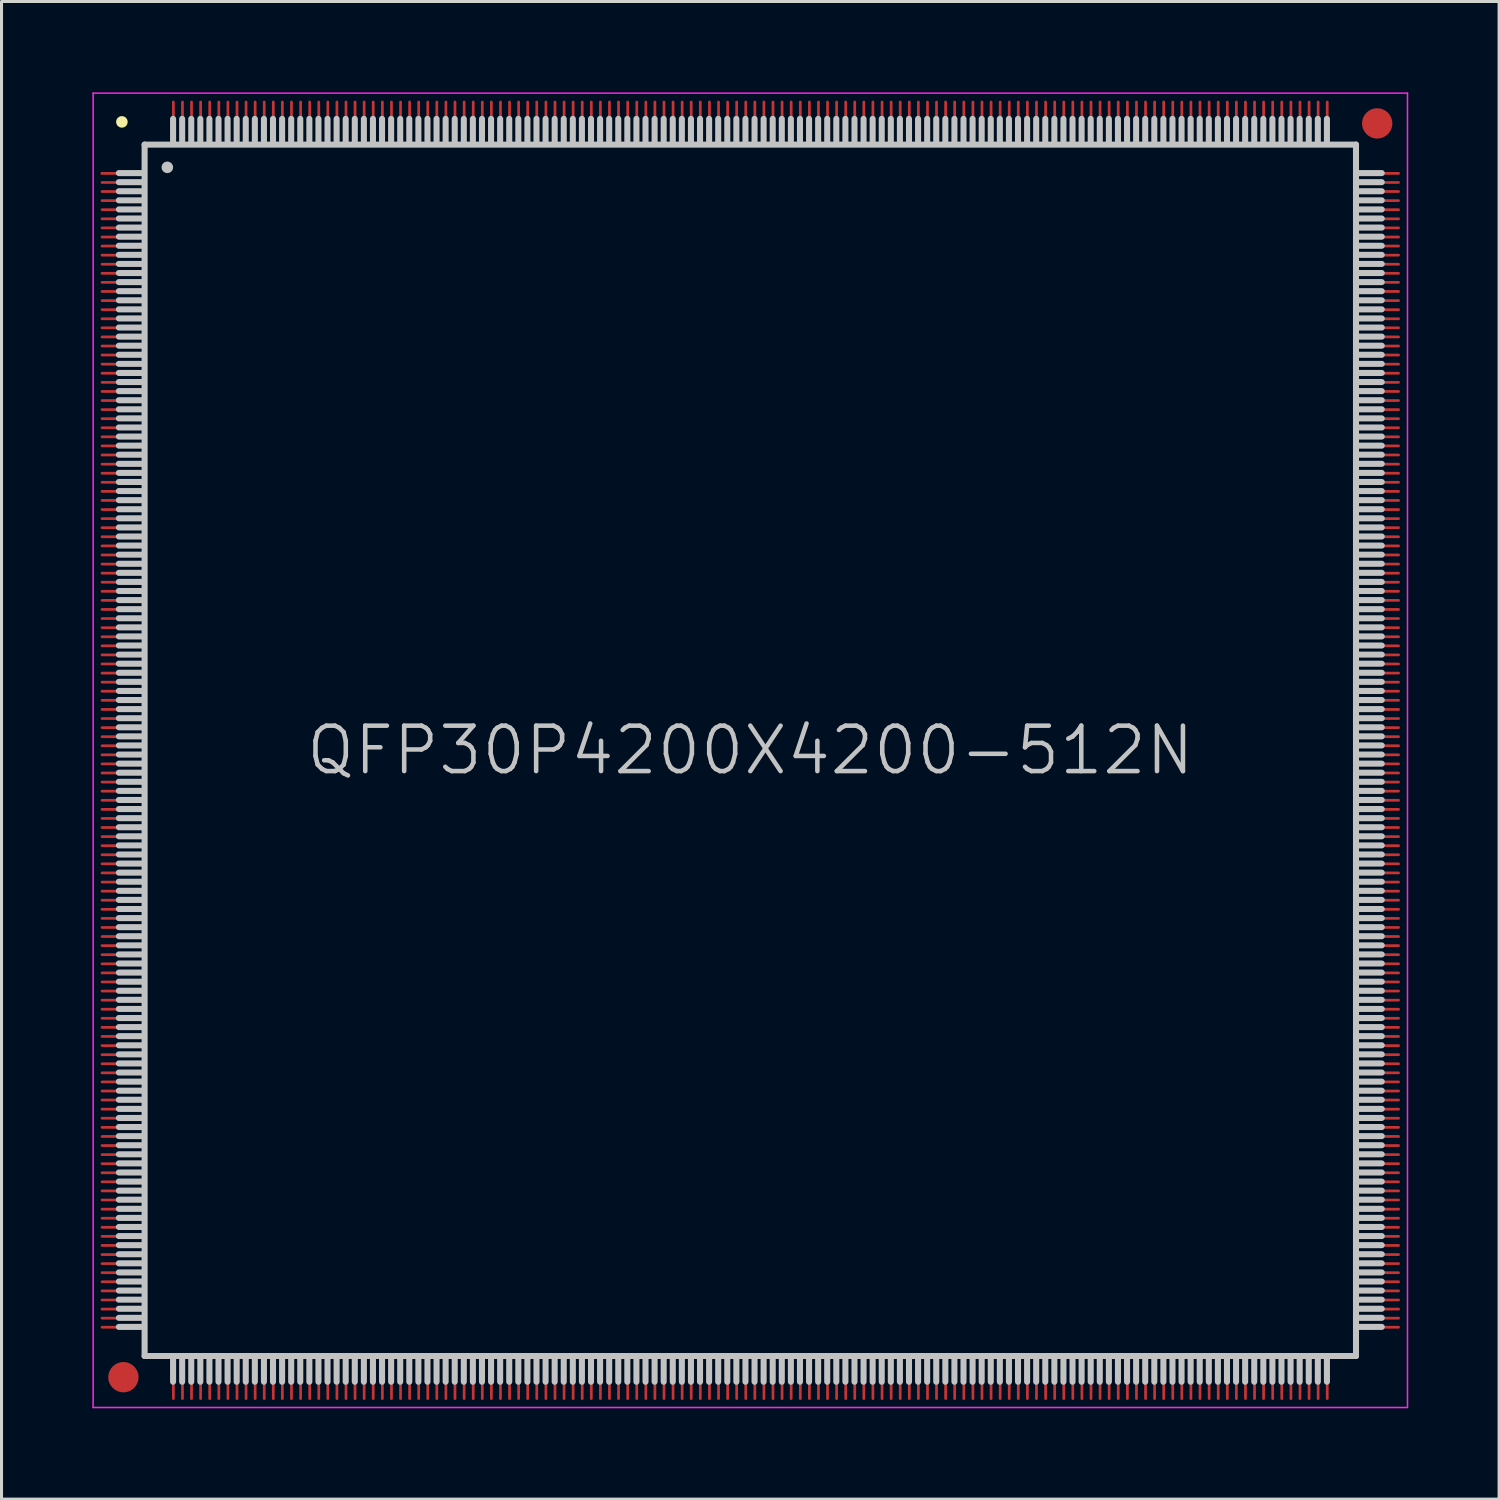
<source format=kicad_pcb>
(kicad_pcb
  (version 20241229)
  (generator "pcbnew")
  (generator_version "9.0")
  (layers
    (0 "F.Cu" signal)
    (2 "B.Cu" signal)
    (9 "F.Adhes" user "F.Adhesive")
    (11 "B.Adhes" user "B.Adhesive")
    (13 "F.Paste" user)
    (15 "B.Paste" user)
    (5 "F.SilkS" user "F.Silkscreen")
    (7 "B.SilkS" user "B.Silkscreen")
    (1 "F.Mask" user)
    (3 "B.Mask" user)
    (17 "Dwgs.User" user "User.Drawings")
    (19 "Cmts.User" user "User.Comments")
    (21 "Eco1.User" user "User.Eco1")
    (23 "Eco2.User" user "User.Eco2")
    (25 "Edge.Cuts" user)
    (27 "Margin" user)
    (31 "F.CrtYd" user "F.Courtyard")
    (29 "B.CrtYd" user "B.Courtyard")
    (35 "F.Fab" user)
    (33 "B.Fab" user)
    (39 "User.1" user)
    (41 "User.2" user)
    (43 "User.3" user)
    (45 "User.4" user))
  (footprint "QFP30P4200X4200-512N"
    (layer "F.Cu")
    (at 21.725 21.725)
    (property "Reference" "QFP30P4200X4200-512N" (at 0 0 0) (layer "Dwgs.User") (effects (font (size 1.5 1.5) (thickness 0.15))))
    (attr smd)
    (fp_line (start -20.75 -20.75) (end -20.75 -20.75) (stroke (width 0.381) (type solid)) (layer "F.SilkS"))
    (fp_line (start -20.05 -19.06) (end -20.85 -19.06) (stroke (width 0.2) (type solid)) (layer "Dwgs.User"))
    (fp_line (start -20.05 -18.76) (end -20.85 -18.76) (stroke (width 0.2) (type solid)) (layer "Dwgs.User"))
    (fp_line (start -20.05 -18.46) (end -20.85 -18.46) (stroke (width 0.2) (type solid)) (layer "Dwgs.User"))
    (fp_line (start -20.05 -18.16) (end -20.85 -18.16) (stroke (width 0.2) (type solid)) (layer "Dwgs.User"))
    (fp_line (start -20.05 -17.86) (end -20.85 -17.86) (stroke (width 0.2) (type solid)) (layer "Dwgs.User"))
    (fp_line (start -20.05 -17.56) (end -20.85 -17.56) (stroke (width 0.2) (type solid)) (layer "Dwgs.User"))
    (fp_line (start -20.05 -17.26) (end -20.85 -17.26) (stroke (width 0.2) (type solid)) (layer "Dwgs.User"))
    (fp_line (start -20.05 -16.96) (end -20.85 -16.96) (stroke (width 0.2) (type solid)) (layer "Dwgs.User"))
    (fp_line (start -20.05 -16.66) (end -20.85 -16.66) (stroke (width 0.2) (type solid)) (layer "Dwgs.User"))
    (fp_line (start -20.05 -16.36) (end -20.85 -16.36) (stroke (width 0.2) (type solid)) (layer "Dwgs.User"))
    (fp_line (start -20.05 -16.06) (end -20.85 -16.06) (stroke (width 0.2) (type solid)) (layer "Dwgs.User"))
    (fp_line (start -20.05 -15.76) (end -20.85 -15.76) (stroke (width 0.2) (type solid)) (layer "Dwgs.User"))
    (fp_line (start -20.05 -15.46) (end -20.85 -15.46) (stroke (width 0.2) (type solid)) (layer "Dwgs.User"))
    (fp_line (start -20.05 -15.16) (end -20.85 -15.16) (stroke (width 0.2) (type solid)) (layer "Dwgs.User"))
    (fp_line (start -20.05 -14.86) (end -20.85 -14.86) (stroke (width 0.2) (type solid)) (layer "Dwgs.User"))
    (fp_line (start -20.05 -14.56) (end -20.85 -14.56) (stroke (width 0.2) (type solid)) (layer "Dwgs.User"))
    (fp_line (start -20.05 -14.26) (end -20.85 -14.26) (stroke (width 0.2) (type solid)) (layer "Dwgs.User"))
    (fp_line (start -20.05 -13.96) (end -20.85 -13.96) (stroke (width 0.2) (type solid)) (layer "Dwgs.User"))
    (fp_line (start -20.05 -13.66) (end -20.85 -13.66) (stroke (width 0.2) (type solid)) (layer "Dwgs.User"))
    (fp_line (start -20.05 -13.36) (end -20.85 -13.36) (stroke (width 0.2) (type solid)) (layer "Dwgs.User"))
    (fp_line (start -20.05 -13.06) (end -20.85 -13.06) (stroke (width 0.2) (type solid)) (layer "Dwgs.User"))
    (fp_line (start -20.05 -12.76) (end -20.85 -12.76) (stroke (width 0.2) (type solid)) (layer "Dwgs.User"))
    (fp_line (start -20.05 -12.46) (end -20.85 -12.46) (stroke (width 0.2) (type solid)) (layer "Dwgs.User"))
    (fp_line (start -20.05 -12.16) (end -20.85 -12.16) (stroke (width 0.2) (type solid)) (layer "Dwgs.User"))
    (fp_line (start -20.05 -11.86) (end -20.85 -11.86) (stroke (width 0.2) (type solid)) (layer "Dwgs.User"))
    (fp_line (start -20.05 -11.56) (end -20.85 -11.56) (stroke (width 0.2) (type solid)) (layer "Dwgs.User"))
    (fp_line (start -20.05 -11.26) (end -20.85 -11.26) (stroke (width 0.2) (type solid)) (layer "Dwgs.User"))
    (fp_line (start -20.05 -10.96) (end -20.85 -10.96) (stroke (width 0.2) (type solid)) (layer "Dwgs.User"))
    (fp_line (start -20.05 -10.66) (end -20.85 -10.66) (stroke (width 0.2) (type solid)) (layer "Dwgs.User"))
    (fp_line (start -20.05 -10.36) (end -20.85 -10.36) (stroke (width 0.2) (type solid)) (layer "Dwgs.User"))
    (fp_line (start -20.05 -10.06) (end -20.85 -10.06) (stroke (width 0.2) (type solid)) (layer "Dwgs.User"))
    (fp_line (start -20.05 -9.76) (end -20.85 -9.76) (stroke (width 0.2) (type solid)) (layer "Dwgs.User"))
    (fp_line (start -20.05 -9.46) (end -20.85 -9.46) (stroke (width 0.2) (type solid)) (layer "Dwgs.User"))
    (fp_line (start -20.05 -9.16) (end -20.85 -9.16) (stroke (width 0.2) (type solid)) (layer "Dwgs.User"))
    (fp_line (start -20.05 -8.86) (end -20.85 -8.86) (stroke (width 0.2) (type solid)) (layer "Dwgs.User"))
    (fp_line (start -20.05 -8.56) (end -20.85 -8.56) (stroke (width 0.2) (type solid)) (layer "Dwgs.User"))
    (fp_line (start -20.05 -8.26) (end -20.85 -8.26) (stroke (width 0.2) (type solid)) (layer "Dwgs.User"))
    (fp_line (start -20.05 -7.96) (end -20.85 -7.96) (stroke (width 0.2) (type solid)) (layer "Dwgs.User"))
    (fp_line (start -20.05 -7.66) (end -20.85 -7.66) (stroke (width 0.2) (type solid)) (layer "Dwgs.User"))
    (fp_line (start -20.05 -7.36) (end -20.85 -7.36) (stroke (width 0.2) (type solid)) (layer "Dwgs.User"))
    (fp_line (start -20.05 -7.06) (end -20.85 -7.06) (stroke (width 0.2) (type solid)) (layer "Dwgs.User"))
    (fp_line (start -20.05 -6.76) (end -20.85 -6.76) (stroke (width 0.2) (type solid)) (layer "Dwgs.User"))
    (fp_line (start -20.05 -6.46) (end -20.85 -6.46) (stroke (width 0.2) (type solid)) (layer "Dwgs.User"))
    (fp_line (start -20.05 -6.16) (end -20.85 -6.16) (stroke (width 0.2) (type solid)) (layer "Dwgs.User"))
    (fp_line (start -20.05 -5.86) (end -20.85 -5.86) (stroke (width 0.2) (type solid)) (layer "Dwgs.User"))
    (fp_line (start -20.05 -5.56) (end -20.85 -5.56) (stroke (width 0.2) (type solid)) (layer "Dwgs.User"))
    (fp_line (start -20.05 -5.26) (end -20.85 -5.26) (stroke (width 0.2) (type solid)) (layer "Dwgs.User"))
    (fp_line (start -20.05 -4.96) (end -20.85 -4.96) (stroke (width 0.2) (type solid)) (layer "Dwgs.User"))
    (fp_line (start -20.05 -4.66) (end -20.85 -4.66) (stroke (width 0.2) (type solid)) (layer "Dwgs.User"))
    (fp_line (start -20.05 -4.36) (end -20.85 -4.36) (stroke (width 0.2) (type solid)) (layer "Dwgs.User"))
    (fp_line (start -20.05 -4.06) (end -20.85 -4.06) (stroke (width 0.2) (type solid)) (layer "Dwgs.User"))
    (fp_line (start -20.05 -3.76) (end -20.85 -3.76) (stroke (width 0.2) (type solid)) (layer "Dwgs.User"))
    (fp_line (start -20.05 -3.46) (end -20.85 -3.46) (stroke (width 0.2) (type solid)) (layer "Dwgs.User"))
    (fp_line (start -20.05 -3.16) (end -20.85 -3.16) (stroke (width 0.2) (type solid)) (layer "Dwgs.User"))
    (fp_line (start -20.05 -2.86) (end -20.85 -2.86) (stroke (width 0.2) (type solid)) (layer "Dwgs.User"))
    (fp_line (start -20.05 -2.56) (end -20.85 -2.56) (stroke (width 0.2) (type solid)) (layer "Dwgs.User"))
    (fp_line (start -20.05 -2.26) (end -20.85 -2.26) (stroke (width 0.2) (type solid)) (layer "Dwgs.User"))
    (fp_line (start -20.05 -1.96) (end -20.85 -1.96) (stroke (width 0.2) (type solid)) (layer "Dwgs.User"))
    (fp_line (start -20.05 -1.66) (end -20.85 -1.66) (stroke (width 0.2) (type solid)) (layer "Dwgs.User"))
    (fp_line (start -20.05 -1.36) (end -20.85 -1.36) (stroke (width 0.2) (type solid)) (layer "Dwgs.User"))
    (fp_line (start -20.05 -1.06) (end -20.85 -1.06) (stroke (width 0.2) (type solid)) (layer "Dwgs.User"))
    (fp_line (start -20.05 -0.76) (end -20.85 -0.76) (stroke (width 0.2) (type solid)) (layer "Dwgs.User"))
    (fp_line (start -20.05 -0.46) (end -20.85 -0.46) (stroke (width 0.2) (type solid)) (layer "Dwgs.User"))
    (fp_line (start -20.05 -0.16) (end -20.85 -0.16) (stroke (width 0.2) (type solid)) (layer "Dwgs.User"))
    (fp_line (start -20.05 0.14) (end -20.85 0.14) (stroke (width 0.2) (type solid)) (layer "Dwgs.User"))
    (fp_line (start -20.05 0.44) (end -20.85 0.44) (stroke (width 0.2) (type solid)) (layer "Dwgs.User"))
    (fp_line (start -20.05 0.74) (end -20.85 0.74) (stroke (width 0.2) (type solid)) (layer "Dwgs.User"))
    (fp_line (start -20.05 1.04) (end -20.85 1.04) (stroke (width 0.2) (type solid)) (layer "Dwgs.User"))
    (fp_line (start -20.05 1.34) (end -20.85 1.34) (stroke (width 0.2) (type solid)) (layer "Dwgs.User"))
    (fp_line (start -20.05 1.64) (end -20.85 1.64) (stroke (width 0.2) (type solid)) (layer "Dwgs.User"))
    (fp_line (start -20.05 1.94) (end -20.85 1.94) (stroke (width 0.2) (type solid)) (layer "Dwgs.User"))
    (fp_line (start -20.05 2.24) (end -20.85 2.24) (stroke (width 0.2) (type solid)) (layer "Dwgs.User"))
    (fp_line (start -20.05 2.54) (end -20.85 2.54) (stroke (width 0.2) (type solid)) (layer "Dwgs.User"))
    (fp_line (start -20.05 2.84) (end -20.85 2.84) (stroke (width 0.2) (type solid)) (layer "Dwgs.User"))
    (fp_line (start -20.05 3.14) (end -20.85 3.14) (stroke (width 0.2) (type solid)) (layer "Dwgs.User"))
    (fp_line (start -20.05 3.44) (end -20.85 3.44) (stroke (width 0.2) (type solid)) (layer "Dwgs.User"))
    (fp_line (start -20.05 3.74) (end -20.85 3.74) (stroke (width 0.2) (type solid)) (layer "Dwgs.User"))
    (fp_line (start -20.05 4.04) (end -20.85 4.04) (stroke (width 0.2) (type solid)) (layer "Dwgs.User"))
    (fp_line (start -20.05 4.34) (end -20.85 4.34) (stroke (width 0.2) (type solid)) (layer "Dwgs.User"))
    (fp_line (start -20.05 4.64) (end -20.85 4.64) (stroke (width 0.2) (type solid)) (layer "Dwgs.User"))
    (fp_line (start -20.05 4.94) (end -20.85 4.94) (stroke (width 0.2) (type solid)) (layer "Dwgs.User"))
    (fp_line (start -20.05 5.24) (end -20.85 5.24) (stroke (width 0.2) (type solid)) (layer "Dwgs.User"))
    (fp_line (start -20.05 5.54) (end -20.85 5.54) (stroke (width 0.2) (type solid)) (layer "Dwgs.User"))
    (fp_line (start -20.05 5.84) (end -20.85 5.84) (stroke (width 0.2) (type solid)) (layer "Dwgs.User"))
    (fp_line (start -20.05 6.14) (end -20.85 6.14) (stroke (width 0.2) (type solid)) (layer "Dwgs.User"))
    (fp_line (start -20.05 6.44) (end -20.85 6.44) (stroke (width 0.2) (type solid)) (layer "Dwgs.User"))
    (fp_line (start -20.05 6.74) (end -20.85 6.74) (stroke (width 0.2) (type solid)) (layer "Dwgs.User"))
    (fp_line (start -20.05 7.04) (end -20.85 7.04) (stroke (width 0.2) (type solid)) (layer "Dwgs.User"))
    (fp_line (start -20.05 7.34) (end -20.85 7.34) (stroke (width 0.2) (type solid)) (layer "Dwgs.User"))
    (fp_line (start -20.05 7.64) (end -20.85 7.64) (stroke (width 0.2) (type solid)) (layer "Dwgs.User"))
    (fp_line (start -20.05 7.94) (end -20.85 7.94) (stroke (width 0.2) (type solid)) (layer "Dwgs.User"))
    (fp_line (start -20.05 8.24) (end -20.85 8.24) (stroke (width 0.2) (type solid)) (layer "Dwgs.User"))
    (fp_line (start -20.05 8.54) (end -20.85 8.54) (stroke (width 0.2) (type solid)) (layer "Dwgs.User"))
    (fp_line (start -20.05 8.84) (end -20.85 8.84) (stroke (width 0.2) (type solid)) (layer "Dwgs.User"))
    (fp_line (start -20.05 9.14) (end -20.85 9.14) (stroke (width 0.2) (type solid)) (layer "Dwgs.User"))
    (fp_line (start -20.05 9.44) (end -20.85 9.44) (stroke (width 0.2) (type solid)) (layer "Dwgs.User"))
    (fp_line (start -20.05 9.74) (end -20.85 9.74) (stroke (width 0.2) (type solid)) (layer "Dwgs.User"))
    (fp_line (start -20.05 10.04) (end -20.85 10.04) (stroke (width 0.2) (type solid)) (layer "Dwgs.User"))
    (fp_line (start -20.05 10.34) (end -20.85 10.34) (stroke (width 0.2) (type solid)) (layer "Dwgs.User"))
    (fp_line (start -20.05 10.64) (end -20.85 10.64) (stroke (width 0.2) (type solid)) (layer "Dwgs.User"))
    (fp_line (start -20.05 10.94) (end -20.85 10.94) (stroke (width 0.2) (type solid)) (layer "Dwgs.User"))
    (fp_line (start -20.05 11.24) (end -20.85 11.24) (stroke (width 0.2) (type solid)) (layer "Dwgs.User"))
    (fp_line (start -20.05 11.54) (end -20.85 11.54) (stroke (width 0.2) (type solid)) (layer "Dwgs.User"))
    (fp_line (start -20.05 11.84) (end -20.85 11.84) (stroke (width 0.2) (type solid)) (layer "Dwgs.User"))
    (fp_line (start -20.05 12.14) (end -20.85 12.14) (stroke (width 0.2) (type solid)) (layer "Dwgs.User"))
    (fp_line (start -20.05 12.44) (end -20.85 12.44) (stroke (width 0.2) (type solid)) (layer "Dwgs.User"))
    (fp_line (start -20.05 12.74) (end -20.85 12.74) (stroke (width 0.2) (type solid)) (layer "Dwgs.User"))
    (fp_line (start -20.05 13.04) (end -20.85 13.04) (stroke (width 0.2) (type solid)) (layer "Dwgs.User"))
    (fp_line (start -20.05 13.34) (end -20.85 13.34) (stroke (width 0.2) (type solid)) (layer "Dwgs.User"))
    (fp_line (start -20.05 13.64) (end -20.85 13.64) (stroke (width 0.2) (type solid)) (layer "Dwgs.User"))
    (fp_line (start -20.05 13.94) (end -20.85 13.94) (stroke (width 0.2) (type solid)) (layer "Dwgs.User"))
    (fp_line (start -20.05 14.24) (end -20.85 14.24) (stroke (width 0.2) (type solid)) (layer "Dwgs.User"))
    (fp_line (start -20.05 14.54) (end -20.85 14.54) (stroke (width 0.2) (type solid)) (layer "Dwgs.User"))
    (fp_line (start -20.05 14.84) (end -20.85 14.84) (stroke (width 0.2) (type solid)) (layer "Dwgs.User"))
    (fp_line (start -20.05 15.14) (end -20.85 15.14) (stroke (width 0.2) (type solid)) (layer "Dwgs.User"))
    (fp_line (start -20.05 15.44) (end -20.85 15.44) (stroke (width 0.2) (type solid)) (layer "Dwgs.User"))
    (fp_line (start -20.05 15.74) (end -20.85 15.74) (stroke (width 0.2) (type solid)) (layer "Dwgs.User"))
    (fp_line (start -20.05 16.04) (end -20.85 16.04) (stroke (width 0.2) (type solid)) (layer "Dwgs.User"))
    (fp_line (start -20.05 16.34) (end -20.85 16.34) (stroke (width 0.2) (type solid)) (layer "Dwgs.User"))
    (fp_line (start -20.05 16.64) (end -20.85 16.64) (stroke (width 0.2) (type solid)) (layer "Dwgs.User"))
    (fp_line (start -20.05 16.94) (end -20.85 16.94) (stroke (width 0.2) (type solid)) (layer "Dwgs.User"))
    (fp_line (start -20.05 17.24) (end -20.85 17.24) (stroke (width 0.2) (type solid)) (layer "Dwgs.User"))
    (fp_line (start -20.05 17.54) (end -20.85 17.54) (stroke (width 0.2) (type solid)) (layer "Dwgs.User"))
    (fp_line (start -20.05 17.84) (end -20.85 17.84) (stroke (width 0.2) (type solid)) (layer "Dwgs.User"))
    (fp_line (start -20.05 18.14) (end -20.85 18.14) (stroke (width 0.2) (type solid)) (layer "Dwgs.User"))
    (fp_line (start -20.05 18.44) (end -20.85 18.44) (stroke (width 0.2) (type solid)) (layer "Dwgs.User"))
    (fp_line (start -20.05 18.74) (end -20.85 18.74) (stroke (width 0.2) (type solid)) (layer "Dwgs.User"))
    (fp_line (start -20.05 19.04) (end -20.85 19.04) (stroke (width 0.2) (type solid)) (layer "Dwgs.User"))
    (fp_line (start -20 -20) (end -20 20) (stroke (width 0.2) (type solid)) (layer "Dwgs.User"))
    (fp_line (start -20 -20) (end 20 -20) (stroke (width 0.2) (type solid)) (layer "Dwgs.User"))
    (fp_line (start -20 20) (end 20 20) (stroke (width 0.2) (type solid)) (layer "Dwgs.User"))
    (fp_line (start -19.25 -19.25) (end -19.25 -19.25) (stroke (width 0.381) (type solid)) (layer "Dwgs.User"))
    (fp_line (start -19.06 -20.85) (end -19.06 -20.05) (stroke (width 0.2) (type solid)) (layer "Dwgs.User"))
    (fp_line (start -19.06 20.05) (end -19.06 20.85) (stroke (width 0.2) (type solid)) (layer "Dwgs.User"))
    (fp_line (start -18.76 -20.85) (end -18.76 -20.05) (stroke (width 0.2) (type solid)) (layer "Dwgs.User"))
    (fp_line (start -18.76 20.05) (end -18.76 20.85) (stroke (width 0.2) (type solid)) (layer "Dwgs.User"))
    (fp_line (start -18.46 -20.85) (end -18.46 -20.05) (stroke (width 0.2) (type solid)) (layer "Dwgs.User"))
    (fp_line (start -18.46 20.05) (end -18.46 20.85) (stroke (width 0.2) (type solid)) (layer "Dwgs.User"))
    (fp_line (start -18.16 -20.85) (end -18.16 -20.05) (stroke (width 0.2) (type solid)) (layer "Dwgs.User"))
    (fp_line (start -18.16 20.05) (end -18.16 20.85) (stroke (width 0.2) (type solid)) (layer "Dwgs.User"))
    (fp_line (start -17.86 -20.85) (end -17.86 -20.05) (stroke (width 0.2) (type solid)) (layer "Dwgs.User"))
    (fp_line (start -17.86 20.05) (end -17.86 20.85) (stroke (width 0.2) (type solid)) (layer "Dwgs.User"))
    (fp_line (start -17.56 -20.85) (end -17.56 -20.05) (stroke (width 0.2) (type solid)) (layer "Dwgs.User"))
    (fp_line (start -17.56 20.05) (end -17.56 20.85) (stroke (width 0.2) (type solid)) (layer "Dwgs.User"))
    (fp_line (start -17.26 -20.85) (end -17.26 -20.05) (stroke (width 0.2) (type solid)) (layer "Dwgs.User"))
    (fp_line (start -17.26 20.05) (end -17.26 20.85) (stroke (width 0.2) (type solid)) (layer "Dwgs.User"))
    (fp_line (start -16.96 -20.85) (end -16.96 -20.05) (stroke (width 0.2) (type solid)) (layer "Dwgs.User"))
    (fp_line (start -16.96 20.05) (end -16.96 20.85) (stroke (width 0.2) (type solid)) (layer "Dwgs.User"))
    (fp_line (start -16.66 -20.85) (end -16.66 -20.05) (stroke (width 0.2) (type solid)) (layer "Dwgs.User"))
    (fp_line (start -16.66 20.05) (end -16.66 20.85) (stroke (width 0.2) (type solid)) (layer "Dwgs.User"))
    (fp_line (start -16.36 -20.85) (end -16.36 -20.05) (stroke (width 0.2) (type solid)) (layer "Dwgs.User"))
    (fp_line (start -16.36 20.05) (end -16.36 20.85) (stroke (width 0.2) (type solid)) (layer "Dwgs.User"))
    (fp_line (start -16.06 -20.85) (end -16.06 -20.05) (stroke (width 0.2) (type solid)) (layer "Dwgs.User"))
    (fp_line (start -16.06 20.05) (end -16.06 20.85) (stroke (width 0.2) (type solid)) (layer "Dwgs.User"))
    (fp_line (start -15.76 -20.85) (end -15.76 -20.05) (stroke (width 0.2) (type solid)) (layer "Dwgs.User"))
    (fp_line (start -15.76 20.05) (end -15.76 20.85) (stroke (width 0.2) (type solid)) (layer "Dwgs.User"))
    (fp_line (start -15.46 -20.85) (end -15.46 -20.05) (stroke (width 0.2) (type solid)) (layer "Dwgs.User"))
    (fp_line (start -15.46 20.05) (end -15.46 20.85) (stroke (width 0.2) (type solid)) (layer "Dwgs.User"))
    (fp_line (start -15.16 -20.85) (end -15.16 -20.05) (stroke (width 0.2) (type solid)) (layer "Dwgs.User"))
    (fp_line (start -15.16 20.05) (end -15.16 20.85) (stroke (width 0.2) (type solid)) (layer "Dwgs.User"))
    (fp_line (start -14.86 -20.85) (end -14.86 -20.05) (stroke (width 0.2) (type solid)) (layer "Dwgs.User"))
    (fp_line (start -14.86 20.05) (end -14.86 20.85) (stroke (width 0.2) (type solid)) (layer "Dwgs.User"))
    (fp_line (start -14.56 -20.85) (end -14.56 -20.05) (stroke (width 0.2) (type solid)) (layer "Dwgs.User"))
    (fp_line (start -14.56 20.05) (end -14.56 20.85) (stroke (width 0.2) (type solid)) (layer "Dwgs.User"))
    (fp_line (start -14.26 -20.85) (end -14.26 -20.05) (stroke (width 0.2) (type solid)) (layer "Dwgs.User"))
    (fp_line (start -14.26 20.05) (end -14.26 20.85) (stroke (width 0.2) (type solid)) (layer "Dwgs.User"))
    (fp_line (start -13.96 -20.85) (end -13.96 -20.05) (stroke (width 0.2) (type solid)) (layer "Dwgs.User"))
    (fp_line (start -13.96 20.05) (end -13.96 20.85) (stroke (width 0.2) (type solid)) (layer "Dwgs.User"))
    (fp_line (start -13.66 -20.85) (end -13.66 -20.05) (stroke (width 0.2) (type solid)) (layer "Dwgs.User"))
    (fp_line (start -13.66 20.05) (end -13.66 20.85) (stroke (width 0.2) (type solid)) (layer "Dwgs.User"))
    (fp_line (start -13.36 -20.85) (end -13.36 -20.05) (stroke (width 0.2) (type solid)) (layer "Dwgs.User"))
    (fp_line (start -13.36 20.05) (end -13.36 20.85) (stroke (width 0.2) (type solid)) (layer "Dwgs.User"))
    (fp_line (start -13.06 -20.85) (end -13.06 -20.05) (stroke (width 0.2) (type solid)) (layer "Dwgs.User"))
    (fp_line (start -13.06 20.05) (end -13.06 20.85) (stroke (width 0.2) (type solid)) (layer "Dwgs.User"))
    (fp_line (start -12.76 -20.85) (end -12.76 -20.05) (stroke (width 0.2) (type solid)) (layer "Dwgs.User"))
    (fp_line (start -12.76 20.05) (end -12.76 20.85) (stroke (width 0.2) (type solid)) (layer "Dwgs.User"))
    (fp_line (start -12.46 -20.85) (end -12.46 -20.05) (stroke (width 0.2) (type solid)) (layer "Dwgs.User"))
    (fp_line (start -12.46 20.05) (end -12.46 20.85) (stroke (width 0.2) (type solid)) (layer "Dwgs.User"))
    (fp_line (start -12.16 -20.85) (end -12.16 -20.05) (stroke (width 0.2) (type solid)) (layer "Dwgs.User"))
    (fp_line (start -12.16 20.05) (end -12.16 20.85) (stroke (width 0.2) (type solid)) (layer "Dwgs.User"))
    (fp_line (start -11.86 -20.85) (end -11.86 -20.05) (stroke (width 0.2) (type solid)) (layer "Dwgs.User"))
    (fp_line (start -11.86 20.05) (end -11.86 20.85) (stroke (width 0.2) (type solid)) (layer "Dwgs.User"))
    (fp_line (start -11.56 -20.85) (end -11.56 -20.05) (stroke (width 0.2) (type solid)) (layer "Dwgs.User"))
    (fp_line (start -11.56 20.05) (end -11.56 20.85) (stroke (width 0.2) (type solid)) (layer "Dwgs.User"))
    (fp_line (start -11.26 -20.85) (end -11.26 -20.05) (stroke (width 0.2) (type solid)) (layer "Dwgs.User"))
    (fp_line (start -11.26 20.05) (end -11.26 20.85) (stroke (width 0.2) (type solid)) (layer "Dwgs.User"))
    (fp_line (start -10.96 -20.85) (end -10.96 -20.05) (stroke (width 0.2) (type solid)) (layer "Dwgs.User"))
    (fp_line (start -10.96 20.05) (end -10.96 20.85) (stroke (width 0.2) (type solid)) (layer "Dwgs.User"))
    (fp_line (start -10.66 -20.85) (end -10.66 -20.05) (stroke (width 0.2) (type solid)) (layer "Dwgs.User"))
    (fp_line (start -10.66 20.05) (end -10.66 20.85) (stroke (width 0.2) (type solid)) (layer "Dwgs.User"))
    (fp_line (start -10.36 -20.85) (end -10.36 -20.05) (stroke (width 0.2) (type solid)) (layer "Dwgs.User"))
    (fp_line (start -10.36 20.05) (end -10.36 20.85) (stroke (width 0.2) (type solid)) (layer "Dwgs.User"))
    (fp_line (start -10.06 -20.85) (end -10.06 -20.05) (stroke (width 0.2) (type solid)) (layer "Dwgs.User"))
    (fp_line (start -10.06 20.05) (end -10.06 20.85) (stroke (width 0.2) (type solid)) (layer "Dwgs.User"))
    (fp_line (start -9.76 -20.85) (end -9.76 -20.05) (stroke (width 0.2) (type solid)) (layer "Dwgs.User"))
    (fp_line (start -9.76 20.05) (end -9.76 20.85) (stroke (width 0.2) (type solid)) (layer "Dwgs.User"))
    (fp_line (start -9.46 -20.85) (end -9.46 -20.05) (stroke (width 0.2) (type solid)) (layer "Dwgs.User"))
    (fp_line (start -9.46 20.05) (end -9.46 20.85) (stroke (width 0.2) (type solid)) (layer "Dwgs.User"))
    (fp_line (start -9.16 -20.85) (end -9.16 -20.05) (stroke (width 0.2) (type solid)) (layer "Dwgs.User"))
    (fp_line (start -9.16 20.05) (end -9.16 20.85) (stroke (width 0.2) (type solid)) (layer "Dwgs.User"))
    (fp_line (start -8.86 -20.85) (end -8.86 -20.05) (stroke (width 0.2) (type solid)) (layer "Dwgs.User"))
    (fp_line (start -8.86 20.05) (end -8.86 20.85) (stroke (width 0.2) (type solid)) (layer "Dwgs.User"))
    (fp_line (start -8.56 -20.85) (end -8.56 -20.05) (stroke (width 0.2) (type solid)) (layer "Dwgs.User"))
    (fp_line (start -8.56 20.05) (end -8.56 20.85) (stroke (width 0.2) (type solid)) (layer "Dwgs.User"))
    (fp_line (start -8.26 -20.85) (end -8.26 -20.05) (stroke (width 0.2) (type solid)) (layer "Dwgs.User"))
    (fp_line (start -8.26 20.05) (end -8.26 20.85) (stroke (width 0.2) (type solid)) (layer "Dwgs.User"))
    (fp_line (start -7.96 -20.85) (end -7.96 -20.05) (stroke (width 0.2) (type solid)) (layer "Dwgs.User"))
    (fp_line (start -7.96 20.05) (end -7.96 20.85) (stroke (width 0.2) (type solid)) (layer "Dwgs.User"))
    (fp_line (start -7.66 -20.85) (end -7.66 -20.05) (stroke (width 0.2) (type solid)) (layer "Dwgs.User"))
    (fp_line (start -7.66 20.05) (end -7.66 20.85) (stroke (width 0.2) (type solid)) (layer "Dwgs.User"))
    (fp_line (start -7.36 -20.85) (end -7.36 -20.05) (stroke (width 0.2) (type solid)) (layer "Dwgs.User"))
    (fp_line (start -7.36 20.05) (end -7.36 20.85) (stroke (width 0.2) (type solid)) (layer "Dwgs.User"))
    (fp_line (start -7.06 -20.85) (end -7.06 -20.05) (stroke (width 0.2) (type solid)) (layer "Dwgs.User"))
    (fp_line (start -7.06 20.05) (end -7.06 20.85) (stroke (width 0.2) (type solid)) (layer "Dwgs.User"))
    (fp_line (start -6.76 -20.85) (end -6.76 -20.05) (stroke (width 0.2) (type solid)) (layer "Dwgs.User"))
    (fp_line (start -6.76 20.05) (end -6.76 20.85) (stroke (width 0.2) (type solid)) (layer "Dwgs.User"))
    (fp_line (start -6.46 -20.85) (end -6.46 -20.05) (stroke (width 0.2) (type solid)) (layer "Dwgs.User"))
    (fp_line (start -6.46 20.05) (end -6.46 20.85) (stroke (width 0.2) (type solid)) (layer "Dwgs.User"))
    (fp_line (start -6.16 -20.85) (end -6.16 -20.05) (stroke (width 0.2) (type solid)) (layer "Dwgs.User"))
    (fp_line (start -6.16 20.05) (end -6.16 20.85) (stroke (width 0.2) (type solid)) (layer "Dwgs.User"))
    (fp_line (start -5.86 -20.85) (end -5.86 -20.05) (stroke (width 0.2) (type solid)) (layer "Dwgs.User"))
    (fp_line (start -5.86 20.05) (end -5.86 20.85) (stroke (width 0.2) (type solid)) (layer "Dwgs.User"))
    (fp_line (start -5.56 -20.85) (end -5.56 -20.05) (stroke (width 0.2) (type solid)) (layer "Dwgs.User"))
    (fp_line (start -5.56 20.05) (end -5.56 20.85) (stroke (width 0.2) (type solid)) (layer "Dwgs.User"))
    (fp_line (start -5.26 -20.85) (end -5.26 -20.05) (stroke (width 0.2) (type solid)) (layer "Dwgs.User"))
    (fp_line (start -5.26 20.05) (end -5.26 20.85) (stroke (width 0.2) (type solid)) (layer "Dwgs.User"))
    (fp_line (start -4.96 -20.85) (end -4.96 -20.05) (stroke (width 0.2) (type solid)) (layer "Dwgs.User"))
    (fp_line (start -4.96 20.05) (end -4.96 20.85) (stroke (width 0.2) (type solid)) (layer "Dwgs.User"))
    (fp_line (start -4.66 -20.85) (end -4.66 -20.05) (stroke (width 0.2) (type solid)) (layer "Dwgs.User"))
    (fp_line (start -4.66 20.05) (end -4.66 20.85) (stroke (width 0.2) (type solid)) (layer "Dwgs.User"))
    (fp_line (start -4.36 -20.85) (end -4.36 -20.05) (stroke (width 0.2) (type solid)) (layer "Dwgs.User"))
    (fp_line (start -4.36 20.05) (end -4.36 20.85) (stroke (width 0.2) (type solid)) (layer "Dwgs.User"))
    (fp_line (start -4.06 -20.85) (end -4.06 -20.05) (stroke (width 0.2) (type solid)) (layer "Dwgs.User"))
    (fp_line (start -4.06 20.05) (end -4.06 20.85) (stroke (width 0.2) (type solid)) (layer "Dwgs.User"))
    (fp_line (start -3.76 -20.85) (end -3.76 -20.05) (stroke (width 0.2) (type solid)) (layer "Dwgs.User"))
    (fp_line (start -3.76 20.05) (end -3.76 20.85) (stroke (width 0.2) (type solid)) (layer "Dwgs.User"))
    (fp_line (start -3.46 -20.85) (end -3.46 -20.05) (stroke (width 0.2) (type solid)) (layer "Dwgs.User"))
    (fp_line (start -3.46 20.05) (end -3.46 20.85) (stroke (width 0.2) (type solid)) (layer "Dwgs.User"))
    (fp_line (start -3.16 -20.85) (end -3.16 -20.05) (stroke (width 0.2) (type solid)) (layer "Dwgs.User"))
    (fp_line (start -3.16 20.05) (end -3.16 20.85) (stroke (width 0.2) (type solid)) (layer "Dwgs.User"))
    (fp_line (start -2.86 -20.85) (end -2.86 -20.05) (stroke (width 0.2) (type solid)) (layer "Dwgs.User"))
    (fp_line (start -2.86 20.05) (end -2.86 20.85) (stroke (width 0.2) (type solid)) (layer "Dwgs.User"))
    (fp_line (start -2.56 -20.85) (end -2.56 -20.05) (stroke (width 0.2) (type solid)) (layer "Dwgs.User"))
    (fp_line (start -2.56 20.05) (end -2.56 20.85) (stroke (width 0.2) (type solid)) (layer "Dwgs.User"))
    (fp_line (start -2.26 -20.85) (end -2.26 -20.05) (stroke (width 0.2) (type solid)) (layer "Dwgs.User"))
    (fp_line (start -2.26 20.05) (end -2.26 20.85) (stroke (width 0.2) (type solid)) (layer "Dwgs.User"))
    (fp_line (start -1.96 -20.85) (end -1.96 -20.05) (stroke (width 0.2) (type solid)) (layer "Dwgs.User"))
    (fp_line (start -1.96 20.05) (end -1.96 20.85) (stroke (width 0.2) (type solid)) (layer "Dwgs.User"))
    (fp_line (start -1.66 -20.85) (end -1.66 -20.05) (stroke (width 0.2) (type solid)) (layer "Dwgs.User"))
    (fp_line (start -1.66 20.05) (end -1.66 20.85) (stroke (width 0.2) (type solid)) (layer "Dwgs.User"))
    (fp_line (start -1.36 -20.85) (end -1.36 -20.05) (stroke (width 0.2) (type solid)) (layer "Dwgs.User"))
    (fp_line (start -1.36 20.05) (end -1.36 20.85) (stroke (width 0.2) (type solid)) (layer "Dwgs.User"))
    (fp_line (start -1.06 -20.85) (end -1.06 -20.05) (stroke (width 0.2) (type solid)) (layer "Dwgs.User"))
    (fp_line (start -1.06 20.05) (end -1.06 20.85) (stroke (width 0.2) (type solid)) (layer "Dwgs.User"))
    (fp_line (start -0.76 -20.85) (end -0.76 -20.05) (stroke (width 0.2) (type solid)) (layer "Dwgs.User"))
    (fp_line (start -0.76 20.05) (end -0.76 20.85) (stroke (width 0.2) (type solid)) (layer "Dwgs.User"))
    (fp_line (start -0.46 -20.85) (end -0.46 -20.05) (stroke (width 0.2) (type solid)) (layer "Dwgs.User"))
    (fp_line (start -0.46 20.05) (end -0.46 20.85) (stroke (width 0.2) (type solid)) (layer "Dwgs.User"))
    (fp_line (start -0.16 -20.85) (end -0.16 -20.05) (stroke (width 0.2) (type solid)) (layer "Dwgs.User"))
    (fp_line (start -0.16 20.05) (end -0.16 20.85) (stroke (width 0.2) (type solid)) (layer "Dwgs.User"))
    (fp_line (start 0.14 -20.85) (end 0.14 -20.05) (stroke (width 0.2) (type solid)) (layer "Dwgs.User"))
    (fp_line (start 0.14 20.05) (end 0.14 20.85) (stroke (width 0.2) (type solid)) (layer "Dwgs.User"))
    (fp_line (start 0.44 -20.85) (end 0.44 -20.05) (stroke (width 0.2) (type solid)) (layer "Dwgs.User"))
    (fp_line (start 0.44 20.05) (end 0.44 20.85) (stroke (width 0.2) (type solid)) (layer "Dwgs.User"))
    (fp_line (start 0.74 -20.85) (end 0.74 -20.05) (stroke (width 0.2) (type solid)) (layer "Dwgs.User"))
    (fp_line (start 0.74 20.05) (end 0.74 20.85) (stroke (width 0.2) (type solid)) (layer "Dwgs.User"))
    (fp_line (start 1.04 -20.85) (end 1.04 -20.05) (stroke (width 0.2) (type solid)) (layer "Dwgs.User"))
    (fp_line (start 1.04 20.05) (end 1.04 20.85) (stroke (width 0.2) (type solid)) (layer "Dwgs.User"))
    (fp_line (start 1.34 -20.85) (end 1.34 -20.05) (stroke (width 0.2) (type solid)) (layer "Dwgs.User"))
    (fp_line (start 1.34 20.05) (end 1.34 20.85) (stroke (width 0.2) (type solid)) (layer "Dwgs.User"))
    (fp_line (start 1.64 -20.85) (end 1.64 -20.05) (stroke (width 0.2) (type solid)) (layer "Dwgs.User"))
    (fp_line (start 1.64 20.05) (end 1.64 20.85) (stroke (width 0.2) (type solid)) (layer "Dwgs.User"))
    (fp_line (start 1.94 -20.85) (end 1.94 -20.05) (stroke (width 0.2) (type solid)) (layer "Dwgs.User"))
    (fp_line (start 1.94 20.05) (end 1.94 20.85) (stroke (width 0.2) (type solid)) (layer "Dwgs.User"))
    (fp_line (start 2.24 -20.85) (end 2.24 -20.05) (stroke (width 0.2) (type solid)) (layer "Dwgs.User"))
    (fp_line (start 2.24 20.05) (end 2.24 20.85) (stroke (width 0.2) (type solid)) (layer "Dwgs.User"))
    (fp_line (start 2.54 -20.85) (end 2.54 -20.05) (stroke (width 0.2) (type solid)) (layer "Dwgs.User"))
    (fp_line (start 2.54 20.05) (end 2.54 20.85) (stroke (width 0.2) (type solid)) (layer "Dwgs.User"))
    (fp_line (start 2.84 -20.85) (end 2.84 -20.05) (stroke (width 0.2) (type solid)) (layer "Dwgs.User"))
    (fp_line (start 2.84 20.05) (end 2.84 20.85) (stroke (width 0.2) (type solid)) (layer "Dwgs.User"))
    (fp_line (start 3.14 -20.85) (end 3.14 -20.05) (stroke (width 0.2) (type solid)) (layer "Dwgs.User"))
    (fp_line (start 3.14 20.05) (end 3.14 20.85) (stroke (width 0.2) (type solid)) (layer "Dwgs.User"))
    (fp_line (start 3.44 -20.85) (end 3.44 -20.05) (stroke (width 0.2) (type solid)) (layer "Dwgs.User"))
    (fp_line (start 3.44 20.05) (end 3.44 20.85) (stroke (width 0.2) (type solid)) (layer "Dwgs.User"))
    (fp_line (start 3.74 -20.85) (end 3.74 -20.05) (stroke (width 0.2) (type solid)) (layer "Dwgs.User"))
    (fp_line (start 3.74 20.05) (end 3.74 20.85) (stroke (width 0.2) (type solid)) (layer "Dwgs.User"))
    (fp_line (start 4.04 -20.85) (end 4.04 -20.05) (stroke (width 0.2) (type solid)) (layer "Dwgs.User"))
    (fp_line (start 4.04 20.05) (end 4.04 20.85) (stroke (width 0.2) (type solid)) (layer "Dwgs.User"))
    (fp_line (start 4.34 -20.85) (end 4.34 -20.05) (stroke (width 0.2) (type solid)) (layer "Dwgs.User"))
    (fp_line (start 4.34 20.05) (end 4.34 20.85) (stroke (width 0.2) (type solid)) (layer "Dwgs.User"))
    (fp_line (start 4.64 -20.85) (end 4.64 -20.05) (stroke (width 0.2) (type solid)) (layer "Dwgs.User"))
    (fp_line (start 4.64 20.05) (end 4.64 20.85) (stroke (width 0.2) (type solid)) (layer "Dwgs.User"))
    (fp_line (start 4.94 -20.85) (end 4.94 -20.05) (stroke (width 0.2) (type solid)) (layer "Dwgs.User"))
    (fp_line (start 4.94 20.05) (end 4.94 20.85) (stroke (width 0.2) (type solid)) (layer "Dwgs.User"))
    (fp_line (start 5.24 -20.85) (end 5.24 -20.05) (stroke (width 0.2) (type solid)) (layer "Dwgs.User"))
    (fp_line (start 5.24 20.05) (end 5.24 20.85) (stroke (width 0.2) (type solid)) (layer "Dwgs.User"))
    (fp_line (start 5.54 -20.85) (end 5.54 -20.05) (stroke (width 0.2) (type solid)) (layer "Dwgs.User"))
    (fp_line (start 5.54 20.05) (end 5.54 20.85) (stroke (width 0.2) (type solid)) (layer "Dwgs.User"))
    (fp_line (start 5.84 -20.85) (end 5.84 -20.05) (stroke (width 0.2) (type solid)) (layer "Dwgs.User"))
    (fp_line (start 5.84 20.05) (end 5.84 20.85) (stroke (width 0.2) (type solid)) (layer "Dwgs.User"))
    (fp_line (start 6.14 -20.85) (end 6.14 -20.05) (stroke (width 0.2) (type solid)) (layer "Dwgs.User"))
    (fp_line (start 6.14 20.05) (end 6.14 20.85) (stroke (width 0.2) (type solid)) (layer "Dwgs.User"))
    (fp_line (start 6.44 -20.85) (end 6.44 -20.05) (stroke (width 0.2) (type solid)) (layer "Dwgs.User"))
    (fp_line (start 6.44 20.05) (end 6.44 20.85) (stroke (width 0.2) (type solid)) (layer "Dwgs.User"))
    (fp_line (start 6.74 -20.85) (end 6.74 -20.05) (stroke (width 0.2) (type solid)) (layer "Dwgs.User"))
    (fp_line (start 6.74 20.05) (end 6.74 20.85) (stroke (width 0.2) (type solid)) (layer "Dwgs.User"))
    (fp_line (start 7.04 -20.85) (end 7.04 -20.05) (stroke (width 0.2) (type solid)) (layer "Dwgs.User"))
    (fp_line (start 7.04 20.05) (end 7.04 20.85) (stroke (width 0.2) (type solid)) (layer "Dwgs.User"))
    (fp_line (start 7.34 -20.85) (end 7.34 -20.05) (stroke (width 0.2) (type solid)) (layer "Dwgs.User"))
    (fp_line (start 7.34 20.05) (end 7.34 20.85) (stroke (width 0.2) (type solid)) (layer "Dwgs.User"))
    (fp_line (start 7.64 -20.85) (end 7.64 -20.05) (stroke (width 0.2) (type solid)) (layer "Dwgs.User"))
    (fp_line (start 7.64 20.05) (end 7.64 20.85) (stroke (width 0.2) (type solid)) (layer "Dwgs.User"))
    (fp_line (start 7.94 -20.85) (end 7.94 -20.05) (stroke (width 0.2) (type solid)) (layer "Dwgs.User"))
    (fp_line (start 7.94 20.05) (end 7.94 20.85) (stroke (width 0.2) (type solid)) (layer "Dwgs.User"))
    (fp_line (start 8.24 -20.85) (end 8.24 -20.05) (stroke (width 0.2) (type solid)) (layer "Dwgs.User"))
    (fp_line (start 8.24 20.05) (end 8.24 20.85) (stroke (width 0.2) (type solid)) (layer "Dwgs.User"))
    (fp_line (start 8.54 -20.85) (end 8.54 -20.05) (stroke (width 0.2) (type solid)) (layer "Dwgs.User"))
    (fp_line (start 8.54 20.05) (end 8.54 20.85) (stroke (width 0.2) (type solid)) (layer "Dwgs.User"))
    (fp_line (start 8.84 -20.85) (end 8.84 -20.05) (stroke (width 0.2) (type solid)) (layer "Dwgs.User"))
    (fp_line (start 8.84 20.05) (end 8.84 20.85) (stroke (width 0.2) (type solid)) (layer "Dwgs.User"))
    (fp_line (start 9.14 -20.85) (end 9.14 -20.05) (stroke (width 0.2) (type solid)) (layer "Dwgs.User"))
    (fp_line (start 9.14 20.05) (end 9.14 20.85) (stroke (width 0.2) (type solid)) (layer "Dwgs.User"))
    (fp_line (start 9.44 -20.85) (end 9.44 -20.05) (stroke (width 0.2) (type solid)) (layer "Dwgs.User"))
    (fp_line (start 9.44 20.05) (end 9.44 20.85) (stroke (width 0.2) (type solid)) (layer "Dwgs.User"))
    (fp_line (start 9.74 -20.85) (end 9.74 -20.05) (stroke (width 0.2) (type solid)) (layer "Dwgs.User"))
    (fp_line (start 9.74 20.05) (end 9.74 20.85) (stroke (width 0.2) (type solid)) (layer "Dwgs.User"))
    (fp_line (start 10.04 -20.85) (end 10.04 -20.05) (stroke (width 0.2) (type solid)) (layer "Dwgs.User"))
    (fp_line (start 10.04 20.05) (end 10.04 20.85) (stroke (width 0.2) (type solid)) (layer "Dwgs.User"))
    (fp_line (start 10.34 -20.85) (end 10.34 -20.05) (stroke (width 0.2) (type solid)) (layer "Dwgs.User"))
    (fp_line (start 10.34 20.05) (end 10.34 20.85) (stroke (width 0.2) (type solid)) (layer "Dwgs.User"))
    (fp_line (start 10.64 -20.85) (end 10.64 -20.05) (stroke (width 0.2) (type solid)) (layer "Dwgs.User"))
    (fp_line (start 10.64 20.05) (end 10.64 20.85) (stroke (width 0.2) (type solid)) (layer "Dwgs.User"))
    (fp_line (start 10.94 -20.85) (end 10.94 -20.05) (stroke (width 0.2) (type solid)) (layer "Dwgs.User"))
    (fp_line (start 10.94 20.05) (end 10.94 20.85) (stroke (width 0.2) (type solid)) (layer "Dwgs.User"))
    (fp_line (start 11.24 -20.85) (end 11.24 -20.05) (stroke (width 0.2) (type solid)) (layer "Dwgs.User"))
    (fp_line (start 11.24 20.05) (end 11.24 20.85) (stroke (width 0.2) (type solid)) (layer "Dwgs.User"))
    (fp_line (start 11.54 -20.85) (end 11.54 -20.05) (stroke (width 0.2) (type solid)) (layer "Dwgs.User"))
    (fp_line (start 11.54 20.05) (end 11.54 20.85) (stroke (width 0.2) (type solid)) (layer "Dwgs.User"))
    (fp_line (start 11.84 -20.85) (end 11.84 -20.05) (stroke (width 0.2) (type solid)) (layer "Dwgs.User"))
    (fp_line (start 11.84 20.05) (end 11.84 20.85) (stroke (width 0.2) (type solid)) (layer "Dwgs.User"))
    (fp_line (start 12.14 -20.85) (end 12.14 -20.05) (stroke (width 0.2) (type solid)) (layer "Dwgs.User"))
    (fp_line (start 12.14 20.05) (end 12.14 20.85) (stroke (width 0.2) (type solid)) (layer "Dwgs.User"))
    (fp_line (start 12.44 -20.85) (end 12.44 -20.05) (stroke (width 0.2) (type solid)) (layer "Dwgs.User"))
    (fp_line (start 12.44 20.05) (end 12.44 20.85) (stroke (width 0.2) (type solid)) (layer "Dwgs.User"))
    (fp_line (start 12.74 -20.85) (end 12.74 -20.05) (stroke (width 0.2) (type solid)) (layer "Dwgs.User"))
    (fp_line (start 12.74 20.05) (end 12.74 20.85) (stroke (width 0.2) (type solid)) (layer "Dwgs.User"))
    (fp_line (start 13.04 -20.85) (end 13.04 -20.05) (stroke (width 0.2) (type solid)) (layer "Dwgs.User"))
    (fp_line (start 13.04 20.05) (end 13.04 20.85) (stroke (width 0.2) (type solid)) (layer "Dwgs.User"))
    (fp_line (start 13.34 -20.85) (end 13.34 -20.05) (stroke (width 0.2) (type solid)) (layer "Dwgs.User"))
    (fp_line (start 13.34 20.05) (end 13.34 20.85) (stroke (width 0.2) (type solid)) (layer "Dwgs.User"))
    (fp_line (start 13.64 -20.85) (end 13.64 -20.05) (stroke (width 0.2) (type solid)) (layer "Dwgs.User"))
    (fp_line (start 13.64 20.05) (end 13.64 20.85) (stroke (width 0.2) (type solid)) (layer "Dwgs.User"))
    (fp_line (start 13.94 -20.85) (end 13.94 -20.05) (stroke (width 0.2) (type solid)) (layer "Dwgs.User"))
    (fp_line (start 13.94 20.05) (end 13.94 20.85) (stroke (width 0.2) (type solid)) (layer "Dwgs.User"))
    (fp_line (start 14.24 -20.85) (end 14.24 -20.05) (stroke (width 0.2) (type solid)) (layer "Dwgs.User"))
    (fp_line (start 14.24 20.05) (end 14.24 20.85) (stroke (width 0.2) (type solid)) (layer "Dwgs.User"))
    (fp_line (start 14.54 -20.85) (end 14.54 -20.05) (stroke (width 0.2) (type solid)) (layer "Dwgs.User"))
    (fp_line (start 14.54 20.05) (end 14.54 20.85) (stroke (width 0.2) (type solid)) (layer "Dwgs.User"))
    (fp_line (start 14.84 -20.85) (end 14.84 -20.05) (stroke (width 0.2) (type solid)) (layer "Dwgs.User"))
    (fp_line (start 14.84 20.05) (end 14.84 20.85) (stroke (width 0.2) (type solid)) (layer "Dwgs.User"))
    (fp_line (start 15.14 -20.85) (end 15.14 -20.05) (stroke (width 0.2) (type solid)) (layer "Dwgs.User"))
    (fp_line (start 15.14 20.05) (end 15.14 20.85) (stroke (width 0.2) (type solid)) (layer "Dwgs.User"))
    (fp_line (start 15.44 -20.85) (end 15.44 -20.05) (stroke (width 0.2) (type solid)) (layer "Dwgs.User"))
    (fp_line (start 15.44 20.05) (end 15.44 20.85) (stroke (width 0.2) (type solid)) (layer "Dwgs.User"))
    (fp_line (start 15.74 -20.85) (end 15.74 -20.05) (stroke (width 0.2) (type solid)) (layer "Dwgs.User"))
    (fp_line (start 15.74 20.05) (end 15.74 20.85) (stroke (width 0.2) (type solid)) (layer "Dwgs.User"))
    (fp_line (start 16.04 -20.85) (end 16.04 -20.05) (stroke (width 0.2) (type solid)) (layer "Dwgs.User"))
    (fp_line (start 16.04 20.05) (end 16.04 20.85) (stroke (width 0.2) (type solid)) (layer "Dwgs.User"))
    (fp_line (start 16.34 -20.85) (end 16.34 -20.05) (stroke (width 0.2) (type solid)) (layer "Dwgs.User"))
    (fp_line (start 16.34 20.05) (end 16.34 20.85) (stroke (width 0.2) (type solid)) (layer "Dwgs.User"))
    (fp_line (start 16.64 -20.85) (end 16.64 -20.05) (stroke (width 0.2) (type solid)) (layer "Dwgs.User"))
    (fp_line (start 16.64 20.05) (end 16.64 20.85) (stroke (width 0.2) (type solid)) (layer "Dwgs.User"))
    (fp_line (start 16.94 -20.85) (end 16.94 -20.05) (stroke (width 0.2) (type solid)) (layer "Dwgs.User"))
    (fp_line (start 16.94 20.05) (end 16.94 20.85) (stroke (width 0.2) (type solid)) (layer "Dwgs.User"))
    (fp_line (start 17.24 -20.85) (end 17.24 -20.05) (stroke (width 0.2) (type solid)) (layer "Dwgs.User"))
    (fp_line (start 17.24 20.05) (end 17.24 20.85) (stroke (width 0.2) (type solid)) (layer "Dwgs.User"))
    (fp_line (start 17.54 -20.85) (end 17.54 -20.05) (stroke (width 0.2) (type solid)) (layer "Dwgs.User"))
    (fp_line (start 17.54 20.05) (end 17.54 20.85) (stroke (width 0.2) (type solid)) (layer "Dwgs.User"))
    (fp_line (start 17.84 -20.85) (end 17.84 -20.05) (stroke (width 0.2) (type solid)) (layer "Dwgs.User"))
    (fp_line (start 17.84 20.05) (end 17.84 20.85) (stroke (width 0.2) (type solid)) (layer "Dwgs.User"))
    (fp_line (start 18.14 -20.85) (end 18.14 -20.05) (stroke (width 0.2) (type solid)) (layer "Dwgs.User"))
    (fp_line (start 18.14 20.05) (end 18.14 20.85) (stroke (width 0.2) (type solid)) (layer "Dwgs.User"))
    (fp_line (start 18.44 -20.85) (end 18.44 -20.05) (stroke (width 0.2) (type solid)) (layer "Dwgs.User"))
    (fp_line (start 18.44 20.05) (end 18.44 20.85) (stroke (width 0.2) (type solid)) (layer "Dwgs.User"))
    (fp_line (start 18.74 -20.85) (end 18.74 -20.05) (stroke (width 0.2) (type solid)) (layer "Dwgs.User"))
    (fp_line (start 18.74 20.05) (end 18.74 20.85) (stroke (width 0.2) (type solid)) (layer "Dwgs.User"))
    (fp_line (start 19.04 -20.85) (end 19.04 -20.05) (stroke (width 0.2) (type solid)) (layer "Dwgs.User"))
    (fp_line (start 19.04 20.05) (end 19.04 20.85) (stroke (width 0.2) (type solid)) (layer "Dwgs.User"))
    (fp_line (start 20 -20) (end 20 20) (stroke (width 0.2) (type solid)) (layer "Dwgs.User"))
    (fp_line (start 20.85 -19.06) (end 20.05 -19.06) (stroke (width 0.2) (type solid)) (layer "Dwgs.User"))
    (fp_line (start 20.85 -18.76) (end 20.05 -18.76) (stroke (width 0.2) (type solid)) (layer "Dwgs.User"))
    (fp_line (start 20.85 -18.46) (end 20.05 -18.46) (stroke (width 0.2) (type solid)) (layer "Dwgs.User"))
    (fp_line (start 20.85 -18.16) (end 20.05 -18.16) (stroke (width 0.2) (type solid)) (layer "Dwgs.User"))
    (fp_line (start 20.85 -17.86) (end 20.05 -17.86) (stroke (width 0.2) (type solid)) (layer "Dwgs.User"))
    (fp_line (start 20.85 -17.56) (end 20.05 -17.56) (stroke (width 0.2) (type solid)) (layer "Dwgs.User"))
    (fp_line (start 20.85 -17.26) (end 20.05 -17.26) (stroke (width 0.2) (type solid)) (layer "Dwgs.User"))
    (fp_line (start 20.85 -16.96) (end 20.05 -16.96) (stroke (width 0.2) (type solid)) (layer "Dwgs.User"))
    (fp_line (start 20.85 -16.66) (end 20.05 -16.66) (stroke (width 0.2) (type solid)) (layer "Dwgs.User"))
    (fp_line (start 20.85 -16.36) (end 20.05 -16.36) (stroke (width 0.2) (type solid)) (layer "Dwgs.User"))
    (fp_line (start 20.85 -16.06) (end 20.05 -16.06) (stroke (width 0.2) (type solid)) (layer "Dwgs.User"))
    (fp_line (start 20.85 -15.76) (end 20.05 -15.76) (stroke (width 0.2) (type solid)) (layer "Dwgs.User"))
    (fp_line (start 20.85 -15.46) (end 20.05 -15.46) (stroke (width 0.2) (type solid)) (layer "Dwgs.User"))
    (fp_line (start 20.85 -15.16) (end 20.05 -15.16) (stroke (width 0.2) (type solid)) (layer "Dwgs.User"))
    (fp_line (start 20.85 -14.86) (end 20.05 -14.86) (stroke (width 0.2) (type solid)) (layer "Dwgs.User"))
    (fp_line (start 20.85 -14.56) (end 20.05 -14.56) (stroke (width 0.2) (type solid)) (layer "Dwgs.User"))
    (fp_line (start 20.85 -14.26) (end 20.05 -14.26) (stroke (width 0.2) (type solid)) (layer "Dwgs.User"))
    (fp_line (start 20.85 -13.96) (end 20.05 -13.96) (stroke (width 0.2) (type solid)) (layer "Dwgs.User"))
    (fp_line (start 20.85 -13.66) (end 20.05 -13.66) (stroke (width 0.2) (type solid)) (layer "Dwgs.User"))
    (fp_line (start 20.85 -13.36) (end 20.05 -13.36) (stroke (width 0.2) (type solid)) (layer "Dwgs.User"))
    (fp_line (start 20.85 -13.06) (end 20.05 -13.06) (stroke (width 0.2) (type solid)) (layer "Dwgs.User"))
    (fp_line (start 20.85 -12.76) (end 20.05 -12.76) (stroke (width 0.2) (type solid)) (layer "Dwgs.User"))
    (fp_line (start 20.85 -12.46) (end 20.05 -12.46) (stroke (width 0.2) (type solid)) (layer "Dwgs.User"))
    (fp_line (start 20.85 -12.16) (end 20.05 -12.16) (stroke (width 0.2) (type solid)) (layer "Dwgs.User"))
    (fp_line (start 20.85 -11.86) (end 20.05 -11.86) (stroke (width 0.2) (type solid)) (layer "Dwgs.User"))
    (fp_line (start 20.85 -11.56) (end 20.05 -11.56) (stroke (width 0.2) (type solid)) (layer "Dwgs.User"))
    (fp_line (start 20.85 -11.26) (end 20.05 -11.26) (stroke (width 0.2) (type solid)) (layer "Dwgs.User"))
    (fp_line (start 20.85 -10.96) (end 20.05 -10.96) (stroke (width 0.2) (type solid)) (layer "Dwgs.User"))
    (fp_line (start 20.85 -10.66) (end 20.05 -10.66) (stroke (width 0.2) (type solid)) (layer "Dwgs.User"))
    (fp_line (start 20.85 -10.36) (end 20.05 -10.36) (stroke (width 0.2) (type solid)) (layer "Dwgs.User"))
    (fp_line (start 20.85 -10.06) (end 20.05 -10.06) (stroke (width 0.2) (type solid)) (layer "Dwgs.User"))
    (fp_line (start 20.85 -9.76) (end 20.05 -9.76) (stroke (width 0.2) (type solid)) (layer "Dwgs.User"))
    (fp_line (start 20.85 -9.46) (end 20.05 -9.46) (stroke (width 0.2) (type solid)) (layer "Dwgs.User"))
    (fp_line (start 20.85 -9.16) (end 20.05 -9.16) (stroke (width 0.2) (type solid)) (layer "Dwgs.User"))
    (fp_line (start 20.85 -8.86) (end 20.05 -8.86) (stroke (width 0.2) (type solid)) (layer "Dwgs.User"))
    (fp_line (start 20.85 -8.56) (end 20.05 -8.56) (stroke (width 0.2) (type solid)) (layer "Dwgs.User"))
    (fp_line (start 20.85 -8.26) (end 20.05 -8.26) (stroke (width 0.2) (type solid)) (layer "Dwgs.User"))
    (fp_line (start 20.85 -7.96) (end 20.05 -7.96) (stroke (width 0.2) (type solid)) (layer "Dwgs.User"))
    (fp_line (start 20.85 -7.66) (end 20.05 -7.66) (stroke (width 0.2) (type solid)) (layer "Dwgs.User"))
    (fp_line (start 20.85 -7.36) (end 20.05 -7.36) (stroke (width 0.2) (type solid)) (layer "Dwgs.User"))
    (fp_line (start 20.85 -7.06) (end 20.05 -7.06) (stroke (width 0.2) (type solid)) (layer "Dwgs.User"))
    (fp_line (start 20.85 -6.76) (end 20.05 -6.76) (stroke (width 0.2) (type solid)) (layer "Dwgs.User"))
    (fp_line (start 20.85 -6.46) (end 20.05 -6.46) (stroke (width 0.2) (type solid)) (layer "Dwgs.User"))
    (fp_line (start 20.85 -6.16) (end 20.05 -6.16) (stroke (width 0.2) (type solid)) (layer "Dwgs.User"))
    (fp_line (start 20.85 -5.86) (end 20.05 -5.86) (stroke (width 0.2) (type solid)) (layer "Dwgs.User"))
    (fp_line (start 20.85 -5.56) (end 20.05 -5.56) (stroke (width 0.2) (type solid)) (layer "Dwgs.User"))
    (fp_line (start 20.85 -5.26) (end 20.05 -5.26) (stroke (width 0.2) (type solid)) (layer "Dwgs.User"))
    (fp_line (start 20.85 -4.96) (end 20.05 -4.96) (stroke (width 0.2) (type solid)) (layer "Dwgs.User"))
    (fp_line (start 20.85 -4.66) (end 20.05 -4.66) (stroke (width 0.2) (type solid)) (layer "Dwgs.User"))
    (fp_line (start 20.85 -4.36) (end 20.05 -4.36) (stroke (width 0.2) (type solid)) (layer "Dwgs.User"))
    (fp_line (start 20.85 -4.06) (end 20.05 -4.06) (stroke (width 0.2) (type solid)) (layer "Dwgs.User"))
    (fp_line (start 20.85 -3.76) (end 20.05 -3.76) (stroke (width 0.2) (type solid)) (layer "Dwgs.User"))
    (fp_line (start 20.85 -3.46) (end 20.05 -3.46) (stroke (width 0.2) (type solid)) (layer "Dwgs.User"))
    (fp_line (start 20.85 -3.16) (end 20.05 -3.16) (stroke (width 0.2) (type solid)) (layer "Dwgs.User"))
    (fp_line (start 20.85 -2.86) (end 20.05 -2.86) (stroke (width 0.2) (type solid)) (layer "Dwgs.User"))
    (fp_line (start 20.85 -2.56) (end 20.05 -2.56) (stroke (width 0.2) (type solid)) (layer "Dwgs.User"))
    (fp_line (start 20.85 -2.26) (end 20.05 -2.26) (stroke (width 0.2) (type solid)) (layer "Dwgs.User"))
    (fp_line (start 20.85 -1.96) (end 20.05 -1.96) (stroke (width 0.2) (type solid)) (layer "Dwgs.User"))
    (fp_line (start 20.85 -1.66) (end 20.05 -1.66) (stroke (width 0.2) (type solid)) (layer "Dwgs.User"))
    (fp_line (start 20.85 -1.36) (end 20.05 -1.36) (stroke (width 0.2) (type solid)) (layer "Dwgs.User"))
    (fp_line (start 20.85 -1.06) (end 20.05 -1.06) (stroke (width 0.2) (type solid)) (layer "Dwgs.User"))
    (fp_line (start 20.85 -0.76) (end 20.05 -0.76) (stroke (width 0.2) (type solid)) (layer "Dwgs.User"))
    (fp_line (start 20.85 -0.46) (end 20.05 -0.46) (stroke (width 0.2) (type solid)) (layer "Dwgs.User"))
    (fp_line (start 20.85 -0.16) (end 20.05 -0.16) (stroke (width 0.2) (type solid)) (layer "Dwgs.User"))
    (fp_line (start 20.85 0.14) (end 20.05 0.14) (stroke (width 0.2) (type solid)) (layer "Dwgs.User"))
    (fp_line (start 20.85 0.44) (end 20.05 0.44) (stroke (width 0.2) (type solid)) (layer "Dwgs.User"))
    (fp_line (start 20.85 0.74) (end 20.05 0.74) (stroke (width 0.2) (type solid)) (layer "Dwgs.User"))
    (fp_line (start 20.85 1.04) (end 20.05 1.04) (stroke (width 0.2) (type solid)) (layer "Dwgs.User"))
    (fp_line (start 20.85 1.34) (end 20.05 1.34) (stroke (width 0.2) (type solid)) (layer "Dwgs.User"))
    (fp_line (start 20.85 1.64) (end 20.05 1.64) (stroke (width 0.2) (type solid)) (layer "Dwgs.User"))
    (fp_line (start 20.85 1.94) (end 20.05 1.94) (stroke (width 0.2) (type solid)) (layer "Dwgs.User"))
    (fp_line (start 20.85 2.24) (end 20.05 2.24) (stroke (width 0.2) (type solid)) (layer "Dwgs.User"))
    (fp_line (start 20.85 2.54) (end 20.05 2.54) (stroke (width 0.2) (type solid)) (layer "Dwgs.User"))
    (fp_line (start 20.85 2.84) (end 20.05 2.84) (stroke (width 0.2) (type solid)) (layer "Dwgs.User"))
    (fp_line (start 20.85 3.14) (end 20.05 3.14) (stroke (width 0.2) (type solid)) (layer "Dwgs.User"))
    (fp_line (start 20.85 3.44) (end 20.05 3.44) (stroke (width 0.2) (type solid)) (layer "Dwgs.User"))
    (fp_line (start 20.85 3.74) (end 20.05 3.74) (stroke (width 0.2) (type solid)) (layer "Dwgs.User"))
    (fp_line (start 20.85 4.04) (end 20.05 4.04) (stroke (width 0.2) (type solid)) (layer "Dwgs.User"))
    (fp_line (start 20.85 4.34) (end 20.05 4.34) (stroke (width 0.2) (type solid)) (layer "Dwgs.User"))
    (fp_line (start 20.85 4.64) (end 20.05 4.64) (stroke (width 0.2) (type solid)) (layer "Dwgs.User"))
    (fp_line (start 20.85 4.94) (end 20.05 4.94) (stroke (width 0.2) (type solid)) (layer "Dwgs.User"))
    (fp_line (start 20.85 5.24) (end 20.05 5.24) (stroke (width 0.2) (type solid)) (layer "Dwgs.User"))
    (fp_line (start 20.85 5.54) (end 20.05 5.54) (stroke (width 0.2) (type solid)) (layer "Dwgs.User"))
    (fp_line (start 20.85 5.84) (end 20.05 5.84) (stroke (width 0.2) (type solid)) (layer "Dwgs.User"))
    (fp_line (start 20.85 6.14) (end 20.05 6.14) (stroke (width 0.2) (type solid)) (layer "Dwgs.User"))
    (fp_line (start 20.85 6.44) (end 20.05 6.44) (stroke (width 0.2) (type solid)) (layer "Dwgs.User"))
    (fp_line (start 20.85 6.74) (end 20.05 6.74) (stroke (width 0.2) (type solid)) (layer "Dwgs.User"))
    (fp_line (start 20.85 7.04) (end 20.05 7.04) (stroke (width 0.2) (type solid)) (layer "Dwgs.User"))
    (fp_line (start 20.85 7.34) (end 20.05 7.34) (stroke (width 0.2) (type solid)) (layer "Dwgs.User"))
    (fp_line (start 20.85 7.64) (end 20.05 7.64) (stroke (width 0.2) (type solid)) (layer "Dwgs.User"))
    (fp_line (start 20.85 7.94) (end 20.05 7.94) (stroke (width 0.2) (type solid)) (layer "Dwgs.User"))
    (fp_line (start 20.85 8.24) (end 20.05 8.24) (stroke (width 0.2) (type solid)) (layer "Dwgs.User"))
    (fp_line (start 20.85 8.54) (end 20.05 8.54) (stroke (width 0.2) (type solid)) (layer "Dwgs.User"))
    (fp_line (start 20.85 8.84) (end 20.05 8.84) (stroke (width 0.2) (type solid)) (layer "Dwgs.User"))
    (fp_line (start 20.85 9.14) (end 20.05 9.14) (stroke (width 0.2) (type solid)) (layer "Dwgs.User"))
    (fp_line (start 20.85 9.44) (end 20.05 9.44) (stroke (width 0.2) (type solid)) (layer "Dwgs.User"))
    (fp_line (start 20.85 9.74) (end 20.05 9.74) (stroke (width 0.2) (type solid)) (layer "Dwgs.User"))
    (fp_line (start 20.85 10.04) (end 20.05 10.04) (stroke (width 0.2) (type solid)) (layer "Dwgs.User"))
    (fp_line (start 20.85 10.34) (end 20.05 10.34) (stroke (width 0.2) (type solid)) (layer "Dwgs.User"))
    (fp_line (start 20.85 10.64) (end 20.05 10.64) (stroke (width 0.2) (type solid)) (layer "Dwgs.User"))
    (fp_line (start 20.85 10.94) (end 20.05 10.94) (stroke (width 0.2) (type solid)) (layer "Dwgs.User"))
    (fp_line (start 20.85 11.24) (end 20.05 11.24) (stroke (width 0.2) (type solid)) (layer "Dwgs.User"))
    (fp_line (start 20.85 11.54) (end 20.05 11.54) (stroke (width 0.2) (type solid)) (layer "Dwgs.User"))
    (fp_line (start 20.85 11.84) (end 20.05 11.84) (stroke (width 0.2) (type solid)) (layer "Dwgs.User"))
    (fp_line (start 20.85 12.14) (end 20.05 12.14) (stroke (width 0.2) (type solid)) (layer "Dwgs.User"))
    (fp_line (start 20.85 12.44) (end 20.05 12.44) (stroke (width 0.2) (type solid)) (layer "Dwgs.User"))
    (fp_line (start 20.85 12.74) (end 20.05 12.74) (stroke (width 0.2) (type solid)) (layer "Dwgs.User"))
    (fp_line (start 20.85 13.04) (end 20.05 13.04) (stroke (width 0.2) (type solid)) (layer "Dwgs.User"))
    (fp_line (start 20.85 13.34) (end 20.05 13.34) (stroke (width 0.2) (type solid)) (layer "Dwgs.User"))
    (fp_line (start 20.85 13.64) (end 20.05 13.64) (stroke (width 0.2) (type solid)) (layer "Dwgs.User"))
    (fp_line (start 20.85 13.94) (end 20.05 13.94) (stroke (width 0.2) (type solid)) (layer "Dwgs.User"))
    (fp_line (start 20.85 14.24) (end 20.05 14.24) (stroke (width 0.2) (type solid)) (layer "Dwgs.User"))
    (fp_line (start 20.85 14.54) (end 20.05 14.54) (stroke (width 0.2) (type solid)) (layer "Dwgs.User"))
    (fp_line (start 20.85 14.84) (end 20.05 14.84) (stroke (width 0.2) (type solid)) (layer "Dwgs.User"))
    (fp_line (start 20.85 15.14) (end 20.05 15.14) (stroke (width 0.2) (type solid)) (layer "Dwgs.User"))
    (fp_line (start 20.85 15.44) (end 20.05 15.44) (stroke (width 0.2) (type solid)) (layer "Dwgs.User"))
    (fp_line (start 20.85 15.74) (end 20.05 15.74) (stroke (width 0.2) (type solid)) (layer "Dwgs.User"))
    (fp_line (start 20.85 16.04) (end 20.05 16.04) (stroke (width 0.2) (type solid)) (layer "Dwgs.User"))
    (fp_line (start 20.85 16.34) (end 20.05 16.34) (stroke (width 0.2) (type solid)) (layer "Dwgs.User"))
    (fp_line (start 20.85 16.64) (end 20.05 16.64) (stroke (width 0.2) (type solid)) (layer "Dwgs.User"))
    (fp_line (start 20.85 16.94) (end 20.05 16.94) (stroke (width 0.2) (type solid)) (layer "Dwgs.User"))
    (fp_line (start 20.85 17.24) (end 20.05 17.24) (stroke (width 0.2) (type solid)) (layer "Dwgs.User"))
    (fp_line (start 20.85 17.54) (end 20.05 17.54) (stroke (width 0.2) (type solid)) (layer "Dwgs.User"))
    (fp_line (start 20.85 17.84) (end 20.05 17.84) (stroke (width 0.2) (type solid)) (layer "Dwgs.User"))
    (fp_line (start 20.85 18.14) (end 20.05 18.14) (stroke (width 0.2) (type solid)) (layer "Dwgs.User"))
    (fp_line (start 20.85 18.44) (end 20.05 18.44) (stroke (width 0.2) (type solid)) (layer "Dwgs.User"))
    (fp_line (start 20.85 18.74) (end 20.05 18.74) (stroke (width 0.2) (type solid)) (layer "Dwgs.User"))
    (fp_line (start 20.85 19.04) (end 20.05 19.04) (stroke (width 0.2) (type solid)) (layer "Dwgs.User"))
    (fp_line (start -21.7 -21.7) (end -21.7 21.7) (stroke (width 0.05) (type solid)) (layer "F.CrtYd"))
    (fp_line (start -21.7 -21.7) (end 21.7 -21.7) (stroke (width 0.05) (type solid)) (layer "F.CrtYd"))
    (fp_line (start -21.7 21.7) (end 21.7 21.7) (stroke (width 0.05) (type solid)) (layer "F.CrtYd"))
    (fp_line (start 21.7 -21.7) (end 21.7 21.7) (stroke (width 0.05) (type solid)) (layer "F.CrtYd"))
    (pad "" smd circle (at -20.7 20.7) (size 1 1) (layers "F.Cu" "F.Mask"))
    (pad "" smd circle (at 20.7 -20.7) (size 1 1) (layers "F.Cu" "F.Mask"))
    (pad "1" smd rect (at -20.701 -19.05) (size 1.5 0.09) (layers "F.Cu" "F.Mask" "F.Paste"))
    (pad "2" smd oval (at -20.701 -18.75) (size 1.5 0.09) (layers "F.Cu" "F.Mask" "F.Paste"))
    (pad "3" smd oval (at -20.701 -18.451) (size 1.5 0.09) (layers "F.Cu" "F.Mask" "F.Paste"))
    (pad "4" smd oval (at -20.701 -18.151) (size 1.5 0.09) (layers "F.Cu" "F.Mask" "F.Paste"))
    (pad "5" smd oval (at -20.701 -17.851) (size 1.5 0.09) (layers "F.Cu" "F.Mask" "F.Paste"))
    (pad "6" smd oval (at -20.701 -17.549) (size 1.5 0.09) (layers "F.Cu" "F.Mask" "F.Paste"))
    (pad "7" smd oval (at -20.701 -17.249) (size 1.5 0.09) (layers "F.Cu" "F.Mask" "F.Paste"))
    (pad "8" smd oval (at -20.701 -16.949) (size 1.5 0.09) (layers "F.Cu" "F.Mask" "F.Paste"))
    (pad "9" smd oval (at -20.701 -16.65) (size 1.5 0.09) (layers "F.Cu" "F.Mask" "F.Paste"))
    (pad "10" smd oval (at -20.701 -16.35) (size 1.5 0.09) (layers "F.Cu" "F.Mask" "F.Paste"))
    (pad "11" smd oval (at -20.701 -16.05) (size 1.5 0.09) (layers "F.Cu" "F.Mask" "F.Paste"))
    (pad "12" smd oval (at -20.701 -15.751) (size 1.5 0.09) (layers "F.Cu" "F.Mask" "F.Paste"))
    (pad "13" smd oval (at -20.701 -15.451) (size 1.5 0.09) (layers "F.Cu" "F.Mask" "F.Paste"))
    (pad "14" smd oval (at -20.701 -15.151) (size 1.5 0.09) (layers "F.Cu" "F.Mask" "F.Paste"))
    (pad "15" smd oval (at -20.701 -14.849) (size 1.5 0.09) (layers "F.Cu" "F.Mask" "F.Paste"))
    (pad "16" smd oval (at -20.701 -14.549) (size 1.5 0.09) (layers "F.Cu" "F.Mask" "F.Paste"))
    (pad "17" smd oval (at -20.701 -14.249) (size 1.5 0.09) (layers "F.Cu" "F.Mask" "F.Paste"))
    (pad "18" smd oval (at -20.701 -13.95) (size 1.5 0.09) (layers "F.Cu" "F.Mask" "F.Paste"))
    (pad "19" smd oval (at -20.701 -13.65) (size 1.5 0.09) (layers "F.Cu" "F.Mask" "F.Paste"))
    (pad "20" smd oval (at -20.701 -13.35) (size 1.5 0.09) (layers "F.Cu" "F.Mask" "F.Paste"))
    (pad "21" smd oval (at -20.701 -13.051) (size 1.5 0.09) (layers "F.Cu" "F.Mask" "F.Paste"))
    (pad "22" smd oval (at -20.701 -12.751) (size 1.5 0.09) (layers "F.Cu" "F.Mask" "F.Paste"))
    (pad "23" smd oval (at -20.701 -12.451) (size 1.5 0.09) (layers "F.Cu" "F.Mask" "F.Paste"))
    (pad "24" smd oval (at -20.701 -12.149) (size 1.5 0.09) (layers "F.Cu" "F.Mask" "F.Paste"))
    (pad "25" smd oval (at -20.701 -11.849) (size 1.5 0.09) (layers "F.Cu" "F.Mask" "F.Paste"))
    (pad "26" smd oval (at -20.701 -11.549) (size 1.5 0.09) (layers "F.Cu" "F.Mask" "F.Paste"))
    (pad "27" smd oval (at -20.701 -11.25) (size 1.5 0.09) (layers "F.Cu" "F.Mask" "F.Paste"))
    (pad "28" smd oval (at -20.701 -10.95) (size 1.5 0.09) (layers "F.Cu" "F.Mask" "F.Paste"))
    (pad "29" smd oval (at -20.701 -10.65) (size 1.5 0.09) (layers "F.Cu" "F.Mask" "F.Paste"))
    (pad "30" smd oval (at -20.701 -10.351) (size 1.5 0.09) (layers "F.Cu" "F.Mask" "F.Paste"))
    (pad "31" smd oval (at -20.701 -10.051) (size 1.5 0.09) (layers "F.Cu" "F.Mask" "F.Paste"))
    (pad "32" smd oval (at -20.701 -9.751) (size 1.5 0.09) (layers "F.Cu" "F.Mask" "F.Paste"))
    (pad "33" smd oval (at -20.701 -9.449) (size 1.5 0.09) (layers "F.Cu" "F.Mask" "F.Paste"))
    (pad "34" smd oval (at -20.701 -9.149) (size 1.5 0.09) (layers "F.Cu" "F.Mask" "F.Paste"))
    (pad "35" smd oval (at -20.701 -8.849) (size 1.5 0.09) (layers "F.Cu" "F.Mask" "F.Paste"))
    (pad "36" smd oval (at -20.701 -8.55) (size 1.5 0.09) (layers "F.Cu" "F.Mask" "F.Paste"))
    (pad "37" smd oval (at -20.701 -8.25) (size 1.5 0.09) (layers "F.Cu" "F.Mask" "F.Paste"))
    (pad "38" smd oval (at -20.701 -7.95) (size 1.5 0.09) (layers "F.Cu" "F.Mask" "F.Paste"))
    (pad "39" smd oval (at -20.701 -7.65) (size 1.5 0.09) (layers "F.Cu" "F.Mask" "F.Paste"))
    (pad "40" smd oval (at -20.701 -7.351) (size 1.5 0.09) (layers "F.Cu" "F.Mask" "F.Paste"))
    (pad "41" smd oval (at -20.701 -7.051) (size 1.5 0.09) (layers "F.Cu" "F.Mask" "F.Paste"))
    (pad "42" smd oval (at -20.701 -6.749) (size 1.5 0.09) (layers "F.Cu" "F.Mask" "F.Paste"))
    (pad "43" smd oval (at -20.701 -6.449) (size 1.5 0.09) (layers "F.Cu" "F.Mask" "F.Paste"))
    (pad "44" smd oval (at -20.701 -6.149) (size 1.5 0.09) (layers "F.Cu" "F.Mask" "F.Paste"))
    (pad "45" smd oval (at -20.701 -5.85) (size 1.5 0.09) (layers "F.Cu" "F.Mask" "F.Paste"))
    (pad "46" smd oval (at -20.701 -5.55) (size 1.5 0.09) (layers "F.Cu" "F.Mask" "F.Paste"))
    (pad "47" smd oval (at -20.701 -5.25) (size 1.5 0.09) (layers "F.Cu" "F.Mask" "F.Paste"))
    (pad "48" smd oval (at -20.701 -4.95) (size 1.5 0.09) (layers "F.Cu" "F.Mask" "F.Paste"))
    (pad "49" smd oval (at -20.701 -4.651) (size 1.5 0.09) (layers "F.Cu" "F.Mask" "F.Paste"))
    (pad "50" smd oval (at -20.701 -4.351) (size 1.5 0.09) (layers "F.Cu" "F.Mask" "F.Paste"))
    (pad "51" smd oval (at -20.701 -4.049) (size 1.5 0.09) (layers "F.Cu" "F.Mask" "F.Paste"))
    (pad "52" smd oval (at -20.701 -3.749) (size 1.5 0.09) (layers "F.Cu" "F.Mask" "F.Paste"))
    (pad "53" smd oval (at -20.701 -3.449) (size 1.5 0.09) (layers "F.Cu" "F.Mask" "F.Paste"))
    (pad "54" smd oval (at -20.701 -3.15) (size 1.5 0.09) (layers "F.Cu" "F.Mask" "F.Paste"))
    (pad "55" smd oval (at -20.701 -2.85) (size 1.5 0.09) (layers "F.Cu" "F.Mask" "F.Paste"))
    (pad "56" smd oval (at -20.701 -2.55) (size 1.5 0.09) (layers "F.Cu" "F.Mask" "F.Paste"))
    (pad "57" smd oval (at -20.701 -2.25) (size 1.5 0.09) (layers "F.Cu" "F.Mask" "F.Paste"))
    (pad "58" smd oval (at -20.701 -1.951) (size 1.5 0.09) (layers "F.Cu" "F.Mask" "F.Paste"))
    (pad "59" smd oval (at -20.701 -1.651) (size 1.5 0.09) (layers "F.Cu" "F.Mask" "F.Paste"))
    (pad "60" smd oval (at -20.701 -1.349) (size 1.5 0.09) (layers "F.Cu" "F.Mask" "F.Paste"))
    (pad "61" smd oval (at -20.701 -1.049) (size 1.5 0.09) (layers "F.Cu" "F.Mask" "F.Paste"))
    (pad "62" smd oval (at -20.701 -0.749) (size 1.5 0.09) (layers "F.Cu" "F.Mask" "F.Paste"))
    (pad "63" smd oval (at -20.701 -0.45) (size 1.5 0.09) (layers "F.Cu" "F.Mask" "F.Paste"))
    (pad "64" smd oval (at -20.701 -0.15) (size 1.5 0.09) (layers "F.Cu" "F.Mask" "F.Paste"))
    (pad "65" smd oval (at -20.701 0.15) (size 1.5 0.09) (layers "F.Cu" "F.Mask" "F.Paste"))
    (pad "66" smd oval (at -20.701 0.45) (size 1.5 0.09) (layers "F.Cu" "F.Mask" "F.Paste"))
    (pad "67" smd oval (at -20.701 0.749) (size 1.5 0.09) (layers "F.Cu" "F.Mask" "F.Paste"))
    (pad "68" smd oval (at -20.701 1.049) (size 1.5 0.09) (layers "F.Cu" "F.Mask" "F.Paste"))
    (pad "69" smd oval (at -20.701 1.349) (size 1.5 0.09) (layers "F.Cu" "F.Mask" "F.Paste"))
    (pad "70" smd oval (at -20.701 1.651) (size 1.5 0.09) (layers "F.Cu" "F.Mask" "F.Paste"))
    (pad "71" smd oval (at -20.701 1.951) (size 1.5 0.09) (layers "F.Cu" "F.Mask" "F.Paste"))
    (pad "72" smd oval (at -20.701 2.25) (size 1.5 0.09) (layers "F.Cu" "F.Mask" "F.Paste"))
    (pad "73" smd oval (at -20.701 2.55) (size 1.5 0.09) (layers "F.Cu" "F.Mask" "F.Paste"))
    (pad "74" smd oval (at -20.701 2.85) (size 1.5 0.09) (layers "F.Cu" "F.Mask" "F.Paste"))
    (pad "75" smd oval (at -20.701 3.15) (size 1.5 0.09) (layers "F.Cu" "F.Mask" "F.Paste"))
    (pad "76" smd oval (at -20.701 3.449) (size 1.5 0.09) (layers "F.Cu" "F.Mask" "F.Paste"))
    (pad "77" smd oval (at -20.701 3.749) (size 1.5 0.09) (layers "F.Cu" "F.Mask" "F.Paste"))
    (pad "78" smd oval (at -20.701 4.049) (size 1.5 0.09) (layers "F.Cu" "F.Mask" "F.Paste"))
    (pad "79" smd oval (at -20.701 4.351) (size 1.5 0.09) (layers "F.Cu" "F.Mask" "F.Paste"))
    (pad "80" smd oval (at -20.701 4.651) (size 1.5 0.09) (layers "F.Cu" "F.Mask" "F.Paste"))
    (pad "81" smd oval (at -20.701 4.95) (size 1.5 0.09) (layers "F.Cu" "F.Mask" "F.Paste"))
    (pad "82" smd oval (at -20.701 5.25) (size 1.5 0.09) (layers "F.Cu" "F.Mask" "F.Paste"))
    (pad "83" smd oval (at -20.701 5.55) (size 1.5 0.09) (layers "F.Cu" "F.Mask" "F.Paste"))
    (pad "84" smd oval (at -20.701 5.85) (size 1.5 0.09) (layers "F.Cu" "F.Mask" "F.Paste"))
    (pad "85" smd oval (at -20.701 6.149) (size 1.5 0.09) (layers "F.Cu" "F.Mask" "F.Paste"))
    (pad "86" smd oval (at -20.701 6.449) (size 1.5 0.09) (layers "F.Cu" "F.Mask" "F.Paste"))
    (pad "87" smd oval (at -20.701 6.749) (size 1.5 0.09) (layers "F.Cu" "F.Mask" "F.Paste"))
    (pad "88" smd oval (at -20.701 7.051) (size 1.5 0.09) (layers "F.Cu" "F.Mask" "F.Paste"))
    (pad "89" smd oval (at -20.701 7.351) (size 1.5 0.09) (layers "F.Cu" "F.Mask" "F.Paste"))
    (pad "90" smd oval (at -20.701 7.65) (size 1.5 0.09) (layers "F.Cu" "F.Mask" "F.Paste"))
    (pad "91" smd oval (at -20.701 7.95) (size 1.5 0.09) (layers "F.Cu" "F.Mask" "F.Paste"))
    (pad "92" smd oval (at -20.701 8.25) (size 1.5 0.09) (layers "F.Cu" "F.Mask" "F.Paste"))
    (pad "93" smd oval (at -20.701 8.55) (size 1.5 0.09) (layers "F.Cu" "F.Mask" "F.Paste"))
    (pad "94" smd oval (at -20.701 8.849) (size 1.5 0.09) (layers "F.Cu" "F.Mask" "F.Paste"))
    (pad "95" smd oval (at -20.701 9.149) (size 1.5 0.09) (layers "F.Cu" "F.Mask" "F.Paste"))
    (pad "96" smd oval (at -20.701 9.449) (size 1.5 0.09) (layers "F.Cu" "F.Mask" "F.Paste"))
    (pad "97" smd oval (at -20.701 9.751) (size 1.5 0.09) (layers "F.Cu" "F.Mask" "F.Paste"))
    (pad "98" smd oval (at -20.701 10.051) (size 1.5 0.09) (layers "F.Cu" "F.Mask" "F.Paste"))
    (pad "99" smd oval (at -20.701 10.351) (size 1.5 0.09) (layers "F.Cu" "F.Mask" "F.Paste"))
    (pad "100" smd oval (at -20.701 10.65) (size 1.5 0.09) (layers "F.Cu" "F.Mask" "F.Paste"))
    (pad "101" smd oval (at -20.701 10.95) (size 1.5 0.09) (layers "F.Cu" "F.Mask" "F.Paste"))
    (pad "102" smd oval (at -20.701 11.25) (size 1.5 0.09) (layers "F.Cu" "F.Mask" "F.Paste"))
    (pad "103" smd oval (at -20.701 11.549) (size 1.5 0.09) (layers "F.Cu" "F.Mask" "F.Paste"))
    (pad "104" smd oval (at -20.701 11.849) (size 1.5 0.09) (layers "F.Cu" "F.Mask" "F.Paste"))
    (pad "105" smd oval (at -20.701 12.149) (size 1.5 0.09) (layers "F.Cu" "F.Mask" "F.Paste"))
    (pad "106" smd oval (at -20.701 12.451) (size 1.5 0.09) (layers "F.Cu" "F.Mask" "F.Paste"))
    (pad "107" smd oval (at -20.701 12.751) (size 1.5 0.09) (layers "F.Cu" "F.Mask" "F.Paste"))
    (pad "108" smd oval (at -20.701 13.051) (size 1.5 0.09) (layers "F.Cu" "F.Mask" "F.Paste"))
    (pad "109" smd oval (at -20.701 13.35) (size 1.5 0.09) (layers "F.Cu" "F.Mask" "F.Paste"))
    (pad "110" smd oval (at -20.701 13.65) (size 1.5 0.09) (layers "F.Cu" "F.Mask" "F.Paste"))
    (pad "111" smd oval (at -20.701 13.95) (size 1.5 0.09) (layers "F.Cu" "F.Mask" "F.Paste"))
    (pad "112" smd oval (at -20.701 14.249) (size 1.5 0.09) (layers "F.Cu" "F.Mask" "F.Paste"))
    (pad "113" smd oval (at -20.701 14.549) (size 1.5 0.09) (layers "F.Cu" "F.Mask" "F.Paste"))
    (pad "114" smd oval (at -20.701 14.849) (size 1.5 0.09) (layers "F.Cu" "F.Mask" "F.Paste"))
    (pad "115" smd oval (at -20.701 15.151) (size 1.5 0.09) (layers "F.Cu" "F.Mask" "F.Paste"))
    (pad "116" smd oval (at -20.701 15.451) (size 1.5 0.09) (layers "F.Cu" "F.Mask" "F.Paste"))
    (pad "117" smd oval (at -20.701 15.751) (size 1.5 0.09) (layers "F.Cu" "F.Mask" "F.Paste"))
    (pad "118" smd oval (at -20.701 16.05) (size 1.5 0.09) (layers "F.Cu" "F.Mask" "F.Paste"))
    (pad "119" smd oval (at -20.701 16.35) (size 1.5 0.09) (layers "F.Cu" "F.Mask" "F.Paste"))
    (pad "120" smd oval (at -20.701 16.65) (size 1.5 0.09) (layers "F.Cu" "F.Mask" "F.Paste"))
    (pad "121" smd oval (at -20.701 16.949) (size 1.5 0.09) (layers "F.Cu" "F.Mask" "F.Paste"))
    (pad "122" smd oval (at -20.701 17.249) (size 1.5 0.09) (layers "F.Cu" "F.Mask" "F.Paste"))
    (pad "123" smd oval (at -20.701 17.549) (size 1.5 0.09) (layers "F.Cu" "F.Mask" "F.Paste"))
    (pad "124" smd oval (at -20.701 17.851) (size 1.5 0.09) (layers "F.Cu" "F.Mask" "F.Paste"))
    (pad "125" smd oval (at -20.701 18.151) (size 1.5 0.09) (layers "F.Cu" "F.Mask" "F.Paste"))
    (pad "126" smd oval (at -20.701 18.451) (size 1.5 0.09) (layers "F.Cu" "F.Mask" "F.Paste"))
    (pad "127" smd oval (at -20.701 18.75) (size 1.5 0.09) (layers "F.Cu" "F.Mask" "F.Paste"))
    (pad "128" smd oval (at -20.701 19.05) (size 1.5 0.09) (layers "F.Cu" "F.Mask" "F.Paste"))
    (pad "129" smd oval (at -19.05 20.701 90) (size 1.5 0.09) (layers "F.Cu" "F.Mask" "F.Paste"))
    (pad "130" smd oval (at -18.75 20.701 90) (size 1.5 0.09) (layers "F.Cu" "F.Mask" "F.Paste"))
    (pad "131" smd oval (at -18.451 20.701 90) (size 1.5 0.09) (layers "F.Cu" "F.Mask" "F.Paste"))
    (pad "132" smd oval (at -18.151 20.701 90) (size 1.5 0.09) (layers "F.Cu" "F.Mask" "F.Paste"))
    (pad "133" smd oval (at -17.851 20.701 90) (size 1.5 0.09) (layers "F.Cu" "F.Mask" "F.Paste"))
    (pad "134" smd oval (at -17.549 20.701 90) (size 1.5 0.09) (layers "F.Cu" "F.Mask" "F.Paste"))
    (pad "135" smd oval (at -17.249 20.701 90) (size 1.5 0.09) (layers "F.Cu" "F.Mask" "F.Paste"))
    (pad "136" smd oval (at -16.949 20.701 90) (size 1.5 0.09) (layers "F.Cu" "F.Mask" "F.Paste"))
    (pad "137" smd oval (at -16.65 20.701 90) (size 1.5 0.09) (layers "F.Cu" "F.Mask" "F.Paste"))
    (pad "138" smd oval (at -16.35 20.701 90) (size 1.5 0.09) (layers "F.Cu" "F.Mask" "F.Paste"))
    (pad "139" smd oval (at -16.05 20.701 90) (size 1.5 0.09) (layers "F.Cu" "F.Mask" "F.Paste"))
    (pad "140" smd oval (at -15.751 20.701 90) (size 1.5 0.09) (layers "F.Cu" "F.Mask" "F.Paste"))
    (pad "141" smd oval (at -15.451 20.701 90) (size 1.5 0.09) (layers "F.Cu" "F.Mask" "F.Paste"))
    (pad "142" smd oval (at -15.151 20.701 90) (size 1.5 0.09) (layers "F.Cu" "F.Mask" "F.Paste"))
    (pad "143" smd oval (at -14.849 20.701 90) (size 1.5 0.09) (layers "F.Cu" "F.Mask" "F.Paste"))
    (pad "144" smd oval (at -14.549 20.701 90) (size 1.5 0.09) (layers "F.Cu" "F.Mask" "F.Paste"))
    (pad "145" smd oval (at -14.249 20.701 90) (size 1.5 0.09) (layers "F.Cu" "F.Mask" "F.Paste"))
    (pad "146" smd oval (at -13.95 20.701 90) (size 1.5 0.09) (layers "F.Cu" "F.Mask" "F.Paste"))
    (pad "147" smd oval (at -13.65 20.701 90) (size 1.5 0.09) (layers "F.Cu" "F.Mask" "F.Paste"))
    (pad "148" smd oval (at -13.35 20.701 90) (size 1.5 0.09) (layers "F.Cu" "F.Mask" "F.Paste"))
    (pad "149" smd oval (at -13.051 20.701 90) (size 1.5 0.09) (layers "F.Cu" "F.Mask" "F.Paste"))
    (pad "150" smd oval (at -12.751 20.701 90) (size 1.5 0.09) (layers "F.Cu" "F.Mask" "F.Paste"))
    (pad "151" smd oval (at -12.451 20.701 90) (size 1.5 0.09) (layers "F.Cu" "F.Mask" "F.Paste"))
    (pad "152" smd oval (at -12.149 20.701 90) (size 1.5 0.09) (layers "F.Cu" "F.Mask" "F.Paste"))
    (pad "153" smd oval (at -11.849 20.701 90) (size 1.5 0.09) (layers "F.Cu" "F.Mask" "F.Paste"))
    (pad "154" smd oval (at -11.549 20.701 90) (size 1.5 0.09) (layers "F.Cu" "F.Mask" "F.Paste"))
    (pad "155" smd oval (at -11.25 20.701 90) (size 1.5 0.09) (layers "F.Cu" "F.Mask" "F.Paste"))
    (pad "156" smd oval (at -10.95 20.701 90) (size 1.5 0.09) (layers "F.Cu" "F.Mask" "F.Paste"))
    (pad "157" smd oval (at -10.65 20.701 90) (size 1.5 0.09) (layers "F.Cu" "F.Mask" "F.Paste"))
    (pad "158" smd oval (at -10.351 20.701 90) (size 1.5 0.09) (layers "F.Cu" "F.Mask" "F.Paste"))
    (pad "159" smd oval (at -10.051 20.701 90) (size 1.5 0.09) (layers "F.Cu" "F.Mask" "F.Paste"))
    (pad "160" smd oval (at -9.751 20.701 90) (size 1.5 0.09) (layers "F.Cu" "F.Mask" "F.Paste"))
    (pad "161" smd oval (at -9.449 20.701 90) (size 1.5 0.09) (layers "F.Cu" "F.Mask" "F.Paste"))
    (pad "162" smd oval (at -9.149 20.701 90) (size 1.5 0.09) (layers "F.Cu" "F.Mask" "F.Paste"))
    (pad "163" smd oval (at -8.849 20.701 90) (size 1.5 0.09) (layers "F.Cu" "F.Mask" "F.Paste"))
    (pad "164" smd oval (at -8.55 20.701 90) (size 1.5 0.09) (layers "F.Cu" "F.Mask" "F.Paste"))
    (pad "165" smd oval (at -8.25 20.701 90) (size 1.5 0.09) (layers "F.Cu" "F.Mask" "F.Paste"))
    (pad "166" smd oval (at -7.95 20.701 90) (size 1.5 0.09) (layers "F.Cu" "F.Mask" "F.Paste"))
    (pad "167" smd oval (at -7.65 20.701 90) (size 1.5 0.09) (layers "F.Cu" "F.Mask" "F.Paste"))
    (pad "168" smd oval (at -7.351 20.701 90) (size 1.5 0.09) (layers "F.Cu" "F.Mask" "F.Paste"))
    (pad "169" smd oval (at -7.051 20.701 90) (size 1.5 0.09) (layers "F.Cu" "F.Mask" "F.Paste"))
    (pad "170" smd oval (at -6.749 20.701 90) (size 1.5 0.09) (layers "F.Cu" "F.Mask" "F.Paste"))
    (pad "171" smd oval (at -6.449 20.701 90) (size 1.5 0.09) (layers "F.Cu" "F.Mask" "F.Paste"))
    (pad "172" smd oval (at -6.149 20.701 90) (size 1.5 0.09) (layers "F.Cu" "F.Mask" "F.Paste"))
    (pad "173" smd oval (at -5.85 20.701 90) (size 1.5 0.09) (layers "F.Cu" "F.Mask" "F.Paste"))
    (pad "174" smd oval (at -5.55 20.701 90) (size 1.5 0.09) (layers "F.Cu" "F.Mask" "F.Paste"))
    (pad "175" smd oval (at -5.25 20.701 90) (size 1.5 0.09) (layers "F.Cu" "F.Mask" "F.Paste"))
    (pad "176" smd oval (at -4.95 20.701 90) (size 1.5 0.09) (layers "F.Cu" "F.Mask" "F.Paste"))
    (pad "177" smd oval (at -4.651 20.701 90) (size 1.5 0.09) (layers "F.Cu" "F.Mask" "F.Paste"))
    (pad "178" smd oval (at -4.351 20.701 90) (size 1.5 0.09) (layers "F.Cu" "F.Mask" "F.Paste"))
    (pad "179" smd oval (at -4.049 20.701 90) (size 1.5 0.09) (layers "F.Cu" "F.Mask" "F.Paste"))
    (pad "180" smd oval (at -3.749 20.701 90) (size 1.5 0.09) (layers "F.Cu" "F.Mask" "F.Paste"))
    (pad "181" smd oval (at -3.449 20.701 90) (size 1.5 0.09) (layers "F.Cu" "F.Mask" "F.Paste"))
    (pad "182" smd oval (at -3.15 20.701 90) (size 1.5 0.09) (layers "F.Cu" "F.Mask" "F.Paste"))
    (pad "183" smd oval (at -2.85 20.701 90) (size 1.5 0.09) (layers "F.Cu" "F.Mask" "F.Paste"))
    (pad "184" smd oval (at -2.55 20.701 90) (size 1.5 0.09) (layers "F.Cu" "F.Mask" "F.Paste"))
    (pad "185" smd oval (at -2.25 20.701 90) (size 1.5 0.09) (layers "F.Cu" "F.Mask" "F.Paste"))
    (pad "186" smd oval (at -1.951 20.701 90) (size 1.5 0.09) (layers "F.Cu" "F.Mask" "F.Paste"))
    (pad "187" smd oval (at -1.651 20.701 90) (size 1.5 0.09) (layers "F.Cu" "F.Mask" "F.Paste"))
    (pad "188" smd oval (at -1.349 20.701 90) (size 1.5 0.09) (layers "F.Cu" "F.Mask" "F.Paste"))
    (pad "189" smd oval (at -1.049 20.701 90) (size 1.5 0.09) (layers "F.Cu" "F.Mask" "F.Paste"))
    (pad "190" smd oval (at -0.749 20.701 90) (size 1.5 0.09) (layers "F.Cu" "F.Mask" "F.Paste"))
    (pad "191" smd oval (at -0.45 20.701 90) (size 1.5 0.09) (layers "F.Cu" "F.Mask" "F.Paste"))
    (pad "192" smd oval (at -0.15 20.701 90) (size 1.5 0.09) (layers "F.Cu" "F.Mask" "F.Paste"))
    (pad "193" smd oval (at 0.15 20.701 90) (size 1.5 0.09) (layers "F.Cu" "F.Mask" "F.Paste"))
    (pad "194" smd oval (at 0.45 20.701 90) (size 1.5 0.09) (layers "F.Cu" "F.Mask" "F.Paste"))
    (pad "195" smd oval (at 0.749 20.701 90) (size 1.5 0.09) (layers "F.Cu" "F.Mask" "F.Paste"))
    (pad "196" smd oval (at 1.049 20.701 90) (size 1.5 0.09) (layers "F.Cu" "F.Mask" "F.Paste"))
    (pad "197" smd oval (at 1.349 20.701 90) (size 1.5 0.09) (layers "F.Cu" "F.Mask" "F.Paste"))
    (pad "198" smd oval (at 1.651 20.701 90) (size 1.5 0.09) (layers "F.Cu" "F.Mask" "F.Paste"))
    (pad "199" smd oval (at 1.951 20.701 90) (size 1.5 0.09) (layers "F.Cu" "F.Mask" "F.Paste"))
    (pad "200" smd oval (at 2.25 20.701 90) (size 1.5 0.09) (layers "F.Cu" "F.Mask" "F.Paste"))
    (pad "201" smd oval (at 2.55 20.701 90) (size 1.5 0.09) (layers "F.Cu" "F.Mask" "F.Paste"))
    (pad "202" smd oval (at 2.85 20.701 90) (size 1.5 0.09) (layers "F.Cu" "F.Mask" "F.Paste"))
    (pad "203" smd oval (at 3.15 20.701 90) (size 1.5 0.09) (layers "F.Cu" "F.Mask" "F.Paste"))
    (pad "204" smd oval (at 3.449 20.701 90) (size 1.5 0.09) (layers "F.Cu" "F.Mask" "F.Paste"))
    (pad "205" smd oval (at 3.749 20.701 90) (size 1.5 0.09) (layers "F.Cu" "F.Mask" "F.Paste"))
    (pad "206" smd oval (at 4.049 20.701 90) (size 1.5 0.09) (layers "F.Cu" "F.Mask" "F.Paste"))
    (pad "207" smd oval (at 4.351 20.701 90) (size 1.5 0.09) (layers "F.Cu" "F.Mask" "F.Paste"))
    (pad "208" smd oval (at 4.651 20.701 90) (size 1.5 0.09) (layers "F.Cu" "F.Mask" "F.Paste"))
    (pad "209" smd oval (at 4.95 20.701 90) (size 1.5 0.09) (layers "F.Cu" "F.Mask" "F.Paste"))
    (pad "210" smd oval (at 5.25 20.701 90) (size 1.5 0.09) (layers "F.Cu" "F.Mask" "F.Paste"))
    (pad "211" smd oval (at 5.55 20.701 90) (size 1.5 0.09) (layers "F.Cu" "F.Mask" "F.Paste"))
    (pad "212" smd oval (at 5.85 20.701 90) (size 1.5 0.09) (layers "F.Cu" "F.Mask" "F.Paste"))
    (pad "213" smd oval (at 6.149 20.701 90) (size 1.5 0.09) (layers "F.Cu" "F.Mask" "F.Paste"))
    (pad "214" smd oval (at 6.449 20.701 90) (size 1.5 0.09) (layers "F.Cu" "F.Mask" "F.Paste"))
    (pad "215" smd oval (at 6.749 20.701 90) (size 1.5 0.09) (layers "F.Cu" "F.Mask" "F.Paste"))
    (pad "216" smd oval (at 7.051 20.701 90) (size 1.5 0.09) (layers "F.Cu" "F.Mask" "F.Paste"))
    (pad "217" smd oval (at 7.351 20.701 90) (size 1.5 0.09) (layers "F.Cu" "F.Mask" "F.Paste"))
    (pad "218" smd oval (at 7.65 20.701 90) (size 1.5 0.09) (layers "F.Cu" "F.Mask" "F.Paste"))
    (pad "219" smd oval (at 7.95 20.701 90) (size 1.5 0.09) (layers "F.Cu" "F.Mask" "F.Paste"))
    (pad "220" smd oval (at 8.25 20.701 90) (size 1.5 0.09) (layers "F.Cu" "F.Mask" "F.Paste"))
    (pad "221" smd oval (at 8.55 20.701 90) (size 1.5 0.09) (layers "F.Cu" "F.Mask" "F.Paste"))
    (pad "222" smd oval (at 8.849 20.701 90) (size 1.5 0.09) (layers "F.Cu" "F.Mask" "F.Paste"))
    (pad "223" smd oval (at 9.149 20.701 90) (size 1.5 0.09) (layers "F.Cu" "F.Mask" "F.Paste"))
    (pad "224" smd oval (at 9.449 20.701 90) (size 1.5 0.09) (layers "F.Cu" "F.Mask" "F.Paste"))
    (pad "225" smd oval (at 9.751 20.701 90) (size 1.5 0.09) (layers "F.Cu" "F.Mask" "F.Paste"))
    (pad "226" smd oval (at 10.051 20.701 90) (size 1.5 0.09) (layers "F.Cu" "F.Mask" "F.Paste"))
    (pad "227" smd oval (at 10.351 20.701 90) (size 1.5 0.09) (layers "F.Cu" "F.Mask" "F.Paste"))
    (pad "228" smd oval (at 10.65 20.701 90) (size 1.5 0.09) (layers "F.Cu" "F.Mask" "F.Paste"))
    (pad "229" smd oval (at 10.95 20.701 90) (size 1.5 0.09) (layers "F.Cu" "F.Mask" "F.Paste"))
    (pad "230" smd oval (at 11.25 20.701 90) (size 1.5 0.09) (layers "F.Cu" "F.Mask" "F.Paste"))
    (pad "231" smd oval (at 11.549 20.701 90) (size 1.5 0.09) (layers "F.Cu" "F.Mask" "F.Paste"))
    (pad "232" smd oval (at 11.849 20.701 90) (size 1.5 0.09) (layers "F.Cu" "F.Mask" "F.Paste"))
    (pad "233" smd oval (at 12.149 20.701 90) (size 1.5 0.09) (layers "F.Cu" "F.Mask" "F.Paste"))
    (pad "234" smd oval (at 12.451 20.701 90) (size 1.5 0.09) (layers "F.Cu" "F.Mask" "F.Paste"))
    (pad "235" smd oval (at 12.751 20.701 90) (size 1.5 0.09) (layers "F.Cu" "F.Mask" "F.Paste"))
    (pad "236" smd oval (at 13.051 20.701 90) (size 1.5 0.09) (layers "F.Cu" "F.Mask" "F.Paste"))
    (pad "237" smd oval (at 13.35 20.701 90) (size 1.5 0.09) (layers "F.Cu" "F.Mask" "F.Paste"))
    (pad "238" smd oval (at 13.65 20.701 90) (size 1.5 0.09) (layers "F.Cu" "F.Mask" "F.Paste"))
    (pad "239" smd oval (at 13.95 20.701 90) (size 1.5 0.09) (layers "F.Cu" "F.Mask" "F.Paste"))
    (pad "240" smd oval (at 14.249 20.701 90) (size 1.5 0.09) (layers "F.Cu" "F.Mask" "F.Paste"))
    (pad "241" smd oval (at 14.549 20.701 90) (size 1.5 0.09) (layers "F.Cu" "F.Mask" "F.Paste"))
    (pad "242" smd oval (at 14.849 20.701 90) (size 1.5 0.09) (layers "F.Cu" "F.Mask" "F.Paste"))
    (pad "243" smd oval (at 15.151 20.701 90) (size 1.5 0.09) (layers "F.Cu" "F.Mask" "F.Paste"))
    (pad "244" smd oval (at 15.451 20.701 90) (size 1.5 0.09) (layers "F.Cu" "F.Mask" "F.Paste"))
    (pad "245" smd oval (at 15.751 20.701 90) (size 1.5 0.09) (layers "F.Cu" "F.Mask" "F.Paste"))
    (pad "246" smd oval (at 16.05 20.701 90) (size 1.5 0.09) (layers "F.Cu" "F.Mask" "F.Paste"))
    (pad "247" smd oval (at 16.35 20.701 90) (size 1.5 0.09) (layers "F.Cu" "F.Mask" "F.Paste"))
    (pad "248" smd oval (at 16.65 20.701 90) (size 1.5 0.09) (layers "F.Cu" "F.Mask" "F.Paste"))
    (pad "249" smd oval (at 16.949 20.701 90) (size 1.5 0.09) (layers "F.Cu" "F.Mask" "F.Paste"))
    (pad "250" smd oval (at 17.249 20.701 90) (size 1.5 0.09) (layers "F.Cu" "F.Mask" "F.Paste"))
    (pad "251" smd oval (at 17.549 20.701 90) (size 1.5 0.09) (layers "F.Cu" "F.Mask" "F.Paste"))
    (pad "252" smd oval (at 17.851 20.701 90) (size 1.5 0.09) (layers "F.Cu" "F.Mask" "F.Paste"))
    (pad "253" smd oval (at 18.151 20.701 90) (size 1.5 0.09) (layers "F.Cu" "F.Mask" "F.Paste"))
    (pad "254" smd oval (at 18.451 20.701 90) (size 1.5 0.09) (layers "F.Cu" "F.Mask" "F.Paste"))
    (pad "255" smd oval (at 18.75 20.701 90) (size 1.5 0.09) (layers "F.Cu" "F.Mask" "F.Paste"))
    (pad "256" smd oval (at 19.05 20.701 90) (size 1.5 0.09) (layers "F.Cu" "F.Mask" "F.Paste"))
    (pad "257" smd oval (at 20.701 19.05) (size 1.5 0.09) (layers "F.Cu" "F.Mask" "F.Paste"))
    (pad "258" smd oval (at 20.701 18.75) (size 1.5 0.09) (layers "F.Cu" "F.Mask" "F.Paste"))
    (pad "259" smd oval (at 20.701 18.451) (size 1.5 0.09) (layers "F.Cu" "F.Mask" "F.Paste"))
    (pad "260" smd oval (at 20.701 18.151) (size 1.5 0.09) (layers "F.Cu" "F.Mask" "F.Paste"))
    (pad "261" smd oval (at 20.701 17.851) (size 1.5 0.09) (layers "F.Cu" "F.Mask" "F.Paste"))
    (pad "262" smd oval (at 20.701 17.549) (size 1.5 0.09) (layers "F.Cu" "F.Mask" "F.Paste"))
    (pad "263" smd oval (at 20.701 17.249) (size 1.5 0.09) (layers "F.Cu" "F.Mask" "F.Paste"))
    (pad "264" smd oval (at 20.701 16.949) (size 1.5 0.09) (layers "F.Cu" "F.Mask" "F.Paste"))
    (pad "265" smd oval (at 20.701 16.65) (size 1.5 0.09) (layers "F.Cu" "F.Mask" "F.Paste"))
    (pad "266" smd oval (at 20.701 16.35) (size 1.5 0.09) (layers "F.Cu" "F.Mask" "F.Paste"))
    (pad "267" smd oval (at 20.701 16.05) (size 1.5 0.09) (layers "F.Cu" "F.Mask" "F.Paste"))
    (pad "268" smd oval (at 20.701 15.751) (size 1.5 0.09) (layers "F.Cu" "F.Mask" "F.Paste"))
    (pad "269" smd oval (at 20.701 15.451) (size 1.5 0.09) (layers "F.Cu" "F.Mask" "F.Paste"))
    (pad "270" smd oval (at 20.701 15.151) (size 1.5 0.09) (layers "F.Cu" "F.Mask" "F.Paste"))
    (pad "271" smd oval (at 20.701 14.849) (size 1.5 0.09) (layers "F.Cu" "F.Mask" "F.Paste"))
    (pad "272" smd oval (at 20.701 14.549) (size 1.5 0.09) (layers "F.Cu" "F.Mask" "F.Paste"))
    (pad "273" smd oval (at 20.701 14.249) (size 1.5 0.09) (layers "F.Cu" "F.Mask" "F.Paste"))
    (pad "274" smd oval (at 20.701 13.95) (size 1.5 0.09) (layers "F.Cu" "F.Mask" "F.Paste"))
    (pad "275" smd oval (at 20.701 13.65) (size 1.5 0.09) (layers "F.Cu" "F.Mask" "F.Paste"))
    (pad "276" smd oval (at 20.701 13.35) (size 1.5 0.09) (layers "F.Cu" "F.Mask" "F.Paste"))
    (pad "277" smd oval (at 20.701 13.051) (size 1.5 0.09) (layers "F.Cu" "F.Mask" "F.Paste"))
    (pad "278" smd oval (at 20.701 12.751) (size 1.5 0.09) (layers "F.Cu" "F.Mask" "F.Paste"))
    (pad "279" smd oval (at 20.701 12.451) (size 1.5 0.09) (layers "F.Cu" "F.Mask" "F.Paste"))
    (pad "280" smd oval (at 20.701 12.149) (size 1.5 0.09) (layers "F.Cu" "F.Mask" "F.Paste"))
    (pad "281" smd oval (at 20.701 11.849) (size 1.5 0.09) (layers "F.Cu" "F.Mask" "F.Paste"))
    (pad "282" smd oval (at 20.701 11.549) (size 1.5 0.09) (layers "F.Cu" "F.Mask" "F.Paste"))
    (pad "283" smd oval (at 20.701 11.25) (size 1.5 0.09) (layers "F.Cu" "F.Mask" "F.Paste"))
    (pad "284" smd oval (at 20.701 10.95) (size 1.5 0.09) (layers "F.Cu" "F.Mask" "F.Paste"))
    (pad "285" smd oval (at 20.701 10.65) (size 1.5 0.09) (layers "F.Cu" "F.Mask" "F.Paste"))
    (pad "286" smd oval (at 20.701 10.351) (size 1.5 0.09) (layers "F.Cu" "F.Mask" "F.Paste"))
    (pad "287" smd oval (at 20.701 10.051) (size 1.5 0.09) (layers "F.Cu" "F.Mask" "F.Paste"))
    (pad "288" smd oval (at 20.701 9.751) (size 1.5 0.09) (layers "F.Cu" "F.Mask" "F.Paste"))
    (pad "289" smd oval (at 20.701 9.449) (size 1.5 0.09) (layers "F.Cu" "F.Mask" "F.Paste"))
    (pad "290" smd oval (at 20.701 9.149) (size 1.5 0.09) (layers "F.Cu" "F.Mask" "F.Paste"))
    (pad "291" smd oval (at 20.701 8.849) (size 1.5 0.09) (layers "F.Cu" "F.Mask" "F.Paste"))
    (pad "292" smd oval (at 20.701 8.55) (size 1.5 0.09) (layers "F.Cu" "F.Mask" "F.Paste"))
    (pad "293" smd oval (at 20.701 8.25) (size 1.5 0.09) (layers "F.Cu" "F.Mask" "F.Paste"))
    (pad "294" smd oval (at 20.701 7.95) (size 1.5 0.09) (layers "F.Cu" "F.Mask" "F.Paste"))
    (pad "295" smd oval (at 20.701 7.65) (size 1.5 0.09) (layers "F.Cu" "F.Mask" "F.Paste"))
    (pad "296" smd oval (at 20.701 7.351) (size 1.5 0.09) (layers "F.Cu" "F.Mask" "F.Paste"))
    (pad "297" smd oval (at 20.701 7.051) (size 1.5 0.09) (layers "F.Cu" "F.Mask" "F.Paste"))
    (pad "298" smd oval (at 20.701 6.749) (size 1.5 0.09) (layers "F.Cu" "F.Mask" "F.Paste"))
    (pad "299" smd oval (at 20.701 6.449) (size 1.5 0.09) (layers "F.Cu" "F.Mask" "F.Paste"))
    (pad "300" smd oval (at 20.701 6.149) (size 1.5 0.09) (layers "F.Cu" "F.Mask" "F.Paste"))
    (pad "301" smd oval (at 20.701 5.85) (size 1.5 0.09) (layers "F.Cu" "F.Mask" "F.Paste"))
    (pad "302" smd oval (at 20.701 5.55) (size 1.5 0.09) (layers "F.Cu" "F.Mask" "F.Paste"))
    (pad "303" smd oval (at 20.701 5.25) (size 1.5 0.09) (layers "F.Cu" "F.Mask" "F.Paste"))
    (pad "304" smd oval (at 20.701 4.95) (size 1.5 0.09) (layers "F.Cu" "F.Mask" "F.Paste"))
    (pad "305" smd oval (at 20.701 4.651) (size 1.5 0.09) (layers "F.Cu" "F.Mask" "F.Paste"))
    (pad "306" smd oval (at 20.701 4.351) (size 1.5 0.09) (layers "F.Cu" "F.Mask" "F.Paste"))
    (pad "307" smd oval (at 20.701 4.049) (size 1.5 0.09) (layers "F.Cu" "F.Mask" "F.Paste"))
    (pad "308" smd oval (at 20.701 3.749) (size 1.5 0.09) (layers "F.Cu" "F.Mask" "F.Paste"))
    (pad "309" smd oval (at 20.701 3.449) (size 1.5 0.09) (layers "F.Cu" "F.Mask" "F.Paste"))
    (pad "310" smd oval (at 20.701 3.15) (size 1.5 0.09) (layers "F.Cu" "F.Mask" "F.Paste"))
    (pad "311" smd oval (at 20.701 2.85) (size 1.5 0.09) (layers "F.Cu" "F.Mask" "F.Paste"))
    (pad "312" smd oval (at 20.701 2.55) (size 1.5 0.09) (layers "F.Cu" "F.Mask" "F.Paste"))
    (pad "313" smd oval (at 20.701 2.25) (size 1.5 0.09) (layers "F.Cu" "F.Mask" "F.Paste"))
    (pad "314" smd oval (at 20.701 1.951) (size 1.5 0.09) (layers "F.Cu" "F.Mask" "F.Paste"))
    (pad "315" smd oval (at 20.701 1.651) (size 1.5 0.09) (layers "F.Cu" "F.Mask" "F.Paste"))
    (pad "316" smd oval (at 20.701 1.349) (size 1.5 0.09) (layers "F.Cu" "F.Mask" "F.Paste"))
    (pad "317" smd oval (at 20.701 1.049) (size 1.5 0.09) (layers "F.Cu" "F.Mask" "F.Paste"))
    (pad "318" smd oval (at 20.701 0.749) (size 1.5 0.09) (layers "F.Cu" "F.Mask" "F.Paste"))
    (pad "319" smd oval (at 20.701 0.45) (size 1.5 0.09) (layers "F.Cu" "F.Mask" "F.Paste"))
    (pad "320" smd oval (at 20.701 0.15) (size 1.5 0.09) (layers "F.Cu" "F.Mask" "F.Paste"))
    (pad "321" smd oval (at 20.701 -0.15) (size 1.5 0.09) (layers "F.Cu" "F.Mask" "F.Paste"))
    (pad "322" smd oval (at 20.701 -0.45) (size 1.5 0.09) (layers "F.Cu" "F.Mask" "F.Paste"))
    (pad "323" smd oval (at 20.701 -0.749) (size 1.5 0.09) (layers "F.Cu" "F.Mask" "F.Paste"))
    (pad "324" smd oval (at 20.701 -1.049) (size 1.5 0.09) (layers "F.Cu" "F.Mask" "F.Paste"))
    (pad "325" smd oval (at 20.701 -1.349) (size 1.5 0.09) (layers "F.Cu" "F.Mask" "F.Paste"))
    (pad "326" smd oval (at 20.701 -1.651) (size 1.5 0.09) (layers "F.Cu" "F.Mask" "F.Paste"))
    (pad "327" smd oval (at 20.701 -1.951) (size 1.5 0.09) (layers "F.Cu" "F.Mask" "F.Paste"))
    (pad "328" smd oval (at 20.701 -2.25) (size 1.5 0.09) (layers "F.Cu" "F.Mask" "F.Paste"))
    (pad "329" smd oval (at 20.701 -2.55) (size 1.5 0.09) (layers "F.Cu" "F.Mask" "F.Paste"))
    (pad "330" smd oval (at 20.701 -2.85) (size 1.5 0.09) (layers "F.Cu" "F.Mask" "F.Paste"))
    (pad "331" smd oval (at 20.701 -3.15) (size 1.5 0.09) (layers "F.Cu" "F.Mask" "F.Paste"))
    (pad "332" smd oval (at 20.701 -3.449) (size 1.5 0.09) (layers "F.Cu" "F.Mask" "F.Paste"))
    (pad "333" smd oval (at 20.701 -3.749) (size 1.5 0.09) (layers "F.Cu" "F.Mask" "F.Paste"))
    (pad "334" smd oval (at 20.701 -4.049) (size 1.5 0.09) (layers "F.Cu" "F.Mask" "F.Paste"))
    (pad "335" smd oval (at 20.701 -4.351) (size 1.5 0.09) (layers "F.Cu" "F.Mask" "F.Paste"))
    (pad "336" smd oval (at 20.701 -4.651) (size 1.5 0.09) (layers "F.Cu" "F.Mask" "F.Paste"))
    (pad "337" smd oval (at 20.701 -4.95) (size 1.5 0.09) (layers "F.Cu" "F.Mask" "F.Paste"))
    (pad "338" smd oval (at 20.701 -5.25) (size 1.5 0.09) (layers "F.Cu" "F.Mask" "F.Paste"))
    (pad "339" smd oval (at 20.701 -5.55) (size 1.5 0.09) (layers "F.Cu" "F.Mask" "F.Paste"))
    (pad "340" smd oval (at 20.701 -5.85) (size 1.5 0.09) (layers "F.Cu" "F.Mask" "F.Paste"))
    (pad "341" smd oval (at 20.701 -6.149) (size 1.5 0.09) (layers "F.Cu" "F.Mask" "F.Paste"))
    (pad "342" smd oval (at 20.701 -6.449) (size 1.5 0.09) (layers "F.Cu" "F.Mask" "F.Paste"))
    (pad "343" smd oval (at 20.701 -6.749) (size 1.5 0.09) (layers "F.Cu" "F.Mask" "F.Paste"))
    (pad "344" smd oval (at 20.701 -7.051) (size 1.5 0.09) (layers "F.Cu" "F.Mask" "F.Paste"))
    (pad "345" smd oval (at 20.701 -7.351) (size 1.5 0.09) (layers "F.Cu" "F.Mask" "F.Paste"))
    (pad "346" smd oval (at 20.701 -7.65) (size 1.5 0.09) (layers "F.Cu" "F.Mask" "F.Paste"))
    (pad "347" smd oval (at 20.701 -7.95) (size 1.5 0.09) (layers "F.Cu" "F.Mask" "F.Paste"))
    (pad "348" smd oval (at 20.701 -8.25) (size 1.5 0.09) (layers "F.Cu" "F.Mask" "F.Paste"))
    (pad "349" smd oval (at 20.701 -8.55) (size 1.5 0.09) (layers "F.Cu" "F.Mask" "F.Paste"))
    (pad "350" smd oval (at 20.701 -8.849) (size 1.5 0.09) (layers "F.Cu" "F.Mask" "F.Paste"))
    (pad "351" smd oval (at 20.701 -9.149) (size 1.5 0.09) (layers "F.Cu" "F.Mask" "F.Paste"))
    (pad "352" smd oval (at 20.701 -9.449) (size 1.5 0.09) (layers "F.Cu" "F.Mask" "F.Paste"))
    (pad "353" smd oval (at 20.701 -9.751) (size 1.5 0.09) (layers "F.Cu" "F.Mask" "F.Paste"))
    (pad "354" smd oval (at 20.701 -10.051) (size 1.5 0.09) (layers "F.Cu" "F.Mask" "F.Paste"))
    (pad "355" smd oval (at 20.701 -10.351) (size 1.5 0.09) (layers "F.Cu" "F.Mask" "F.Paste"))
    (pad "356" smd oval (at 20.701 -10.65) (size 1.5 0.09) (layers "F.Cu" "F.Mask" "F.Paste"))
    (pad "357" smd oval (at 20.701 -10.95) (size 1.5 0.09) (layers "F.Cu" "F.Mask" "F.Paste"))
    (pad "358" smd oval (at 20.701 -11.25) (size 1.5 0.09) (layers "F.Cu" "F.Mask" "F.Paste"))
    (pad "359" smd oval (at 20.701 -11.549) (size 1.5 0.09) (layers "F.Cu" "F.Mask" "F.Paste"))
    (pad "360" smd oval (at 20.701 -11.849) (size 1.5 0.09) (layers "F.Cu" "F.Mask" "F.Paste"))
    (pad "361" smd oval (at 20.701 -12.149) (size 1.5 0.09) (layers "F.Cu" "F.Mask" "F.Paste"))
    (pad "362" smd oval (at 20.701 -12.451) (size 1.5 0.09) (layers "F.Cu" "F.Mask" "F.Paste"))
    (pad "363" smd oval (at 20.701 -12.751) (size 1.5 0.09) (layers "F.Cu" "F.Mask" "F.Paste"))
    (pad "364" smd oval (at 20.701 -13.051) (size 1.5 0.09) (layers "F.Cu" "F.Mask" "F.Paste"))
    (pad "365" smd oval (at 20.701 -13.35) (size 1.5 0.09) (layers "F.Cu" "F.Mask" "F.Paste"))
    (pad "366" smd oval (at 20.701 -13.65) (size 1.5 0.09) (layers "F.Cu" "F.Mask" "F.Paste"))
    (pad "367" smd oval (at 20.701 -13.95) (size 1.5 0.09) (layers "F.Cu" "F.Mask" "F.Paste"))
    (pad "368" smd oval (at 20.701 -14.249) (size 1.5 0.09) (layers "F.Cu" "F.Mask" "F.Paste"))
    (pad "369" smd oval (at 20.701 -14.549) (size 1.5 0.09) (layers "F.Cu" "F.Mask" "F.Paste"))
    (pad "370" smd oval (at 20.701 -14.849) (size 1.5 0.09) (layers "F.Cu" "F.Mask" "F.Paste"))
    (pad "371" smd oval (at 20.701 -15.151) (size 1.5 0.09) (layers "F.Cu" "F.Mask" "F.Paste"))
    (pad "372" smd oval (at 20.701 -15.451) (size 1.5 0.09) (layers "F.Cu" "F.Mask" "F.Paste"))
    (pad "373" smd oval (at 20.701 -15.751) (size 1.5 0.09) (layers "F.Cu" "F.Mask" "F.Paste"))
    (pad "374" smd oval (at 20.701 -16.05) (size 1.5 0.09) (layers "F.Cu" "F.Mask" "F.Paste"))
    (pad "375" smd oval (at 20.701 -16.35) (size 1.5 0.09) (layers "F.Cu" "F.Mask" "F.Paste"))
    (pad "376" smd oval (at 20.701 -16.65) (size 1.5 0.09) (layers "F.Cu" "F.Mask" "F.Paste"))
    (pad "377" smd oval (at 20.701 -16.949) (size 1.5 0.09) (layers "F.Cu" "F.Mask" "F.Paste"))
    (pad "378" smd oval (at 20.701 -17.249) (size 1.5 0.09) (layers "F.Cu" "F.Mask" "F.Paste"))
    (pad "379" smd oval (at 20.701 -17.549) (size 1.5 0.09) (layers "F.Cu" "F.Mask" "F.Paste"))
    (pad "380" smd oval (at 20.701 -17.851) (size 1.5 0.09) (layers "F.Cu" "F.Mask" "F.Paste"))
    (pad "381" smd oval (at 20.701 -18.151) (size 1.5 0.09) (layers "F.Cu" "F.Mask" "F.Paste"))
    (pad "382" smd oval (at 20.701 -18.451) (size 1.5 0.09) (layers "F.Cu" "F.Mask" "F.Paste"))
    (pad "383" smd oval (at 20.701 -18.75) (size 1.5 0.09) (layers "F.Cu" "F.Mask" "F.Paste"))
    (pad "384" smd oval (at 20.701 -19.05) (size 1.5 0.09) (layers "F.Cu" "F.Mask" "F.Paste"))
    (pad "385" smd oval (at 19.05 -20.701 90) (size 1.5 0.09) (layers "F.Cu" "F.Mask" "F.Paste"))
    (pad "386" smd oval (at 18.75 -20.701 90) (size 1.5 0.09) (layers "F.Cu" "F.Mask" "F.Paste"))
    (pad "387" smd oval (at 18.451 -20.701 90) (size 1.5 0.09) (layers "F.Cu" "F.Mask" "F.Paste"))
    (pad "388" smd oval (at 18.151 -20.701 90) (size 1.5 0.09) (layers "F.Cu" "F.Mask" "F.Paste"))
    (pad "389" smd oval (at 17.851 -20.701 90) (size 1.5 0.09) (layers "F.Cu" "F.Mask" "F.Paste"))
    (pad "390" smd oval (at 17.549 -20.701 90) (size 1.5 0.09) (layers "F.Cu" "F.Mask" "F.Paste"))
    (pad "391" smd oval (at 17.249 -20.701 90) (size 1.5 0.09) (layers "F.Cu" "F.Mask" "F.Paste"))
    (pad "392" smd oval (at 16.949 -20.701 90) (size 1.5 0.09) (layers "F.Cu" "F.Mask" "F.Paste"))
    (pad "393" smd oval (at 16.65 -20.701 90) (size 1.5 0.09) (layers "F.Cu" "F.Mask" "F.Paste"))
    (pad "394" smd oval (at 16.35 -20.701 90) (size 1.5 0.09) (layers "F.Cu" "F.Mask" "F.Paste"))
    (pad "395" smd oval (at 16.05 -20.701 90) (size 1.5 0.09) (layers "F.Cu" "F.Mask" "F.Paste"))
    (pad "396" smd oval (at 15.751 -20.701 90) (size 1.5 0.09) (layers "F.Cu" "F.Mask" "F.Paste"))
    (pad "397" smd oval (at 15.451 -20.701 90) (size 1.5 0.09) (layers "F.Cu" "F.Mask" "F.Paste"))
    (pad "398" smd oval (at 15.151 -20.701 90) (size 1.5 0.09) (layers "F.Cu" "F.Mask" "F.Paste"))
    (pad "399" smd oval (at 14.849 -20.701 90) (size 1.5 0.09) (layers "F.Cu" "F.Mask" "F.Paste"))
    (pad "400" smd oval (at 14.549 -20.701 90) (size 1.5 0.09) (layers "F.Cu" "F.Mask" "F.Paste"))
    (pad "401" smd oval (at 14.249 -20.701 90) (size 1.5 0.09) (layers "F.Cu" "F.Mask" "F.Paste"))
    (pad "402" smd oval (at 13.95 -20.701 90) (size 1.5 0.09) (layers "F.Cu" "F.Mask" "F.Paste"))
    (pad "403" smd oval (at 13.65 -20.701 90) (size 1.5 0.09) (layers "F.Cu" "F.Mask" "F.Paste"))
    (pad "404" smd oval (at 13.35 -20.701 90) (size 1.5 0.09) (layers "F.Cu" "F.Mask" "F.Paste"))
    (pad "405" smd oval (at 13.051 -20.701 90) (size 1.5 0.09) (layers "F.Cu" "F.Mask" "F.Paste"))
    (pad "406" smd oval (at 12.751 -20.701 90) (size 1.5 0.09) (layers "F.Cu" "F.Mask" "F.Paste"))
    (pad "407" smd oval (at 12.451 -20.701 90) (size 1.5 0.09) (layers "F.Cu" "F.Mask" "F.Paste"))
    (pad "408" smd oval (at 12.149 -20.701 90) (size 1.5 0.09) (layers "F.Cu" "F.Mask" "F.Paste"))
    (pad "409" smd oval (at 11.849 -20.701 90) (size 1.5 0.09) (layers "F.Cu" "F.Mask" "F.Paste"))
    (pad "410" smd oval (at 11.549 -20.701 90) (size 1.5 0.09) (layers "F.Cu" "F.Mask" "F.Paste"))
    (pad "411" smd oval (at 11.25 -20.701 90) (size 1.5 0.09) (layers "F.Cu" "F.Mask" "F.Paste"))
    (pad "412" smd oval (at 10.95 -20.701 90) (size 1.5 0.09) (layers "F.Cu" "F.Mask" "F.Paste"))
    (pad "413" smd oval (at 10.65 -20.701 90) (size 1.5 0.09) (layers "F.Cu" "F.Mask" "F.Paste"))
    (pad "414" smd oval (at 10.351 -20.701 90) (size 1.5 0.09) (layers "F.Cu" "F.Mask" "F.Paste"))
    (pad "415" smd oval (at 10.051 -20.701 90) (size 1.5 0.09) (layers "F.Cu" "F.Mask" "F.Paste"))
    (pad "416" smd oval (at 9.751 -20.701 90) (size 1.5 0.09) (layers "F.Cu" "F.Mask" "F.Paste"))
    (pad "417" smd oval (at 9.449 -20.701 90) (size 1.5 0.09) (layers "F.Cu" "F.Mask" "F.Paste"))
    (pad "418" smd oval (at 9.149 -20.701 90) (size 1.5 0.09) (layers "F.Cu" "F.Mask" "F.Paste"))
    (pad "419" smd oval (at 8.849 -20.701 90) (size 1.5 0.09) (layers "F.Cu" "F.Mask" "F.Paste"))
    (pad "420" smd oval (at 8.55 -20.701 90) (size 1.5 0.09) (layers "F.Cu" "F.Mask" "F.Paste"))
    (pad "421" smd oval (at 8.25 -20.701 90) (size 1.5 0.09) (layers "F.Cu" "F.Mask" "F.Paste"))
    (pad "422" smd oval (at 7.95 -20.701 90) (size 1.5 0.09) (layers "F.Cu" "F.Mask" "F.Paste"))
    (pad "423" smd oval (at 7.65 -20.701 90) (size 1.5 0.09) (layers "F.Cu" "F.Mask" "F.Paste"))
    (pad "424" smd oval (at 7.351 -20.701 90) (size 1.5 0.09) (layers "F.Cu" "F.Mask" "F.Paste"))
    (pad "425" smd oval (at 7.051 -20.701 90) (size 1.5 0.09) (layers "F.Cu" "F.Mask" "F.Paste"))
    (pad "426" smd oval (at 6.749 -20.701 90) (size 1.5 0.09) (layers "F.Cu" "F.Mask" "F.Paste"))
    (pad "427" smd oval (at 6.449 -20.701 90) (size 1.5 0.09) (layers "F.Cu" "F.Mask" "F.Paste"))
    (pad "428" smd oval (at 6.149 -20.701 90) (size 1.5 0.09) (layers "F.Cu" "F.Mask" "F.Paste"))
    (pad "429" smd oval (at 5.85 -20.701 90) (size 1.5 0.09) (layers "F.Cu" "F.Mask" "F.Paste"))
    (pad "430" smd oval (at 5.55 -20.701 90) (size 1.5 0.09) (layers "F.Cu" "F.Mask" "F.Paste"))
    (pad "431" smd oval (at 5.25 -20.701 90) (size 1.5 0.09) (layers "F.Cu" "F.Mask" "F.Paste"))
    (pad "432" smd oval (at 4.95 -20.701 90) (size 1.5 0.09) (layers "F.Cu" "F.Mask" "F.Paste"))
    (pad "433" smd oval (at 4.651 -20.701 90) (size 1.5 0.09) (layers "F.Cu" "F.Mask" "F.Paste"))
    (pad "434" smd oval (at 4.351 -20.701 90) (size 1.5 0.09) (layers "F.Cu" "F.Mask" "F.Paste"))
    (pad "435" smd oval (at 4.049 -20.701 90) (size 1.5 0.09) (layers "F.Cu" "F.Mask" "F.Paste"))
    (pad "436" smd oval (at 3.749 -20.701 90) (size 1.5 0.09) (layers "F.Cu" "F.Mask" "F.Paste"))
    (pad "437" smd oval (at 3.449 -20.701 90) (size 1.5 0.09) (layers "F.Cu" "F.Mask" "F.Paste"))
    (pad "438" smd oval (at 3.15 -20.701 90) (size 1.5 0.09) (layers "F.Cu" "F.Mask" "F.Paste"))
    (pad "439" smd oval (at 2.85 -20.701 90) (size 1.5 0.09) (layers "F.Cu" "F.Mask" "F.Paste"))
    (pad "440" smd oval (at 2.55 -20.701 90) (size 1.5 0.09) (layers "F.Cu" "F.Mask" "F.Paste"))
    (pad "441" smd oval (at 2.25 -20.701 90) (size 1.5 0.09) (layers "F.Cu" "F.Mask" "F.Paste"))
    (pad "442" smd oval (at 1.951 -20.701 90) (size 1.5 0.09) (layers "F.Cu" "F.Mask" "F.Paste"))
    (pad "443" smd oval (at 1.651 -20.701 90) (size 1.5 0.09) (layers "F.Cu" "F.Mask" "F.Paste"))
    (pad "444" smd oval (at 1.349 -20.701 90) (size 1.5 0.09) (layers "F.Cu" "F.Mask" "F.Paste"))
    (pad "445" smd oval (at 1.049 -20.701 90) (size 1.5 0.09) (layers "F.Cu" "F.Mask" "F.Paste"))
    (pad "446" smd oval (at 0.749 -20.701 90) (size 1.5 0.09) (layers "F.Cu" "F.Mask" "F.Paste"))
    (pad "447" smd oval (at 0.45 -20.701 90) (size 1.5 0.09) (layers "F.Cu" "F.Mask" "F.Paste"))
    (pad "448" smd oval (at 0.15 -20.701 90) (size 1.5 0.09) (layers "F.Cu" "F.Mask" "F.Paste"))
    (pad "449" smd oval (at -0.15 -20.701 90) (size 1.5 0.09) (layers "F.Cu" "F.Mask" "F.Paste"))
    (pad "450" smd oval (at -0.45 -20.701 90) (size 1.5 0.09) (layers "F.Cu" "F.Mask" "F.Paste"))
    (pad "451" smd oval (at -0.749 -20.701 90) (size 1.5 0.09) (layers "F.Cu" "F.Mask" "F.Paste"))
    (pad "452" smd oval (at -1.049 -20.701 90) (size 1.5 0.09) (layers "F.Cu" "F.Mask" "F.Paste"))
    (pad "453" smd oval (at -1.349 -20.701 90) (size 1.5 0.09) (layers "F.Cu" "F.Mask" "F.Paste"))
    (pad "454" smd oval (at -1.651 -20.701 90) (size 1.5 0.09) (layers "F.Cu" "F.Mask" "F.Paste"))
    (pad "455" smd oval (at -1.951 -20.701 90) (size 1.5 0.09) (layers "F.Cu" "F.Mask" "F.Paste"))
    (pad "456" smd oval (at -2.25 -20.701 90) (size 1.5 0.09) (layers "F.Cu" "F.Mask" "F.Paste"))
    (pad "457" smd oval (at -2.55 -20.701 90) (size 1.5 0.09) (layers "F.Cu" "F.Mask" "F.Paste"))
    (pad "458" smd oval (at -2.85 -20.701 90) (size 1.5 0.09) (layers "F.Cu" "F.Mask" "F.Paste"))
    (pad "459" smd oval (at -3.15 -20.701 90) (size 1.5 0.09) (layers "F.Cu" "F.Mask" "F.Paste"))
    (pad "460" smd oval (at -3.449 -20.701 90) (size 1.5 0.09) (layers "F.Cu" "F.Mask" "F.Paste"))
    (pad "461" smd oval (at -3.749 -20.701 90) (size 1.5 0.09) (layers "F.Cu" "F.Mask" "F.Paste"))
    (pad "462" smd oval (at -4.049 -20.701 90) (size 1.5 0.09) (layers "F.Cu" "F.Mask" "F.Paste"))
    (pad "463" smd oval (at -4.351 -20.701 90) (size 1.5 0.09) (layers "F.Cu" "F.Mask" "F.Paste"))
    (pad "464" smd oval (at -4.651 -20.701 90) (size 1.5 0.09) (layers "F.Cu" "F.Mask" "F.Paste"))
    (pad "465" smd oval (at -4.95 -20.701 90) (size 1.5 0.09) (layers "F.Cu" "F.Mask" "F.Paste"))
    (pad "466" smd oval (at -5.25 -20.701 90) (size 1.5 0.09) (layers "F.Cu" "F.Mask" "F.Paste"))
    (pad "467" smd oval (at -5.55 -20.701 90) (size 1.5 0.09) (layers "F.Cu" "F.Mask" "F.Paste"))
    (pad "468" smd oval (at -5.85 -20.701 90) (size 1.5 0.09) (layers "F.Cu" "F.Mask" "F.Paste"))
    (pad "469" smd oval (at -6.149 -20.701 90) (size 1.5 0.09) (layers "F.Cu" "F.Mask" "F.Paste"))
    (pad "470" smd oval (at -6.449 -20.701 90) (size 1.5 0.09) (layers "F.Cu" "F.Mask" "F.Paste"))
    (pad "471" smd oval (at -6.749 -20.701 90) (size 1.5 0.09) (layers "F.Cu" "F.Mask" "F.Paste"))
    (pad "472" smd oval (at -7.051 -20.701 90) (size 1.5 0.09) (layers "F.Cu" "F.Mask" "F.Paste"))
    (pad "473" smd oval (at -7.351 -20.701 90) (size 1.5 0.09) (layers "F.Cu" "F.Mask" "F.Paste"))
    (pad "474" smd oval (at -7.65 -20.701 90) (size 1.5 0.09) (layers "F.Cu" "F.Mask" "F.Paste"))
    (pad "475" smd oval (at -7.95 -20.701 90) (size 1.5 0.09) (layers "F.Cu" "F.Mask" "F.Paste"))
    (pad "476" smd oval (at -8.25 -20.701 90) (size 1.5 0.09) (layers "F.Cu" "F.Mask" "F.Paste"))
    (pad "477" smd oval (at -8.55 -20.701 90) (size 1.5 0.09) (layers "F.Cu" "F.Mask" "F.Paste"))
    (pad "478" smd oval (at -8.849 -20.701 90) (size 1.5 0.09) (layers "F.Cu" "F.Mask" "F.Paste"))
    (pad "479" smd oval (at -9.149 -20.701 90) (size 1.5 0.09) (layers "F.Cu" "F.Mask" "F.Paste"))
    (pad "480" smd oval (at -9.449 -20.701 90) (size 1.5 0.09) (layers "F.Cu" "F.Mask" "F.Paste"))
    (pad "481" smd oval (at -9.751 -20.701 90) (size 1.5 0.09) (layers "F.Cu" "F.Mask" "F.Paste"))
    (pad "482" smd oval (at -10.051 -20.701 90) (size 1.5 0.09) (layers "F.Cu" "F.Mask" "F.Paste"))
    (pad "483" smd oval (at -10.351 -20.701 90) (size 1.5 0.09) (layers "F.Cu" "F.Mask" "F.Paste"))
    (pad "484" smd oval (at -10.65 -20.701 90) (size 1.5 0.09) (layers "F.Cu" "F.Mask" "F.Paste"))
    (pad "485" smd oval (at -10.95 -20.701 90) (size 1.5 0.09) (layers "F.Cu" "F.Mask" "F.Paste"))
    (pad "486" smd oval (at -11.25 -20.701 90) (size 1.5 0.09) (layers "F.Cu" "F.Mask" "F.Paste"))
    (pad "487" smd oval (at -11.549 -20.701 90) (size 1.5 0.09) (layers "F.Cu" "F.Mask" "F.Paste"))
    (pad "488" smd oval (at -11.849 -20.701 90) (size 1.5 0.09) (layers "F.Cu" "F.Mask" "F.Paste"))
    (pad "489" smd oval (at -12.149 -20.701 90) (size 1.5 0.09) (layers "F.Cu" "F.Mask" "F.Paste"))
    (pad "490" smd oval (at -12.451 -20.701 90) (size 1.5 0.09) (layers "F.Cu" "F.Mask" "F.Paste"))
    (pad "491" smd oval (at -12.751 -20.701 90) (size 1.5 0.09) (layers "F.Cu" "F.Mask" "F.Paste"))
    (pad "492" smd oval (at -13.051 -20.701 90) (size 1.5 0.09) (layers "F.Cu" "F.Mask" "F.Paste"))
    (pad "493" smd oval (at -13.35 -20.701 90) (size 1.5 0.09) (layers "F.Cu" "F.Mask" "F.Paste"))
    (pad "494" smd oval (at -13.65 -20.701 90) (size 1.5 0.09) (layers "F.Cu" "F.Mask" "F.Paste"))
    (pad "495" smd oval (at -13.95 -20.701 90) (size 1.5 0.09) (layers "F.Cu" "F.Mask" "F.Paste"))
    (pad "496" smd oval (at -14.249 -20.701 90) (size 1.5 0.09) (layers "F.Cu" "F.Mask" "F.Paste"))
    (pad "497" smd oval (at -14.549 -20.701 90) (size 1.5 0.09) (layers "F.Cu" "F.Mask" "F.Paste"))
    (pad "498" smd oval (at -14.849 -20.701 90) (size 1.5 0.09) (layers "F.Cu" "F.Mask" "F.Paste"))
    (pad "499" smd oval (at -15.151 -20.701 90) (size 1.5 0.09) (layers "F.Cu" "F.Mask" "F.Paste"))
    (pad "500" smd oval (at -15.451 -20.701 90) (size 1.5 0.09) (layers "F.Cu" "F.Mask" "F.Paste"))
    (pad "501" smd oval (at -15.751 -20.701 90) (size 1.5 0.09) (layers "F.Cu" "F.Mask" "F.Paste"))
    (pad "502" smd oval (at -16.05 -20.701 90) (size 1.5 0.09) (layers "F.Cu" "F.Mask" "F.Paste"))
    (pad "503" smd oval (at -16.35 -20.701 90) (size 1.5 0.09) (layers "F.Cu" "F.Mask" "F.Paste"))
    (pad "504" smd oval (at -16.65 -20.701 90) (size 1.5 0.09) (layers "F.Cu" "F.Mask" "F.Paste"))
    (pad "505" smd oval (at -16.949 -20.701 90) (size 1.5 0.09) (layers "F.Cu" "F.Mask" "F.Paste"))
    (pad "506" smd oval (at -17.249 -20.701 90) (size 1.5 0.09) (layers "F.Cu" "F.Mask" "F.Paste"))
    (pad "507" smd oval (at -17.549 -20.701 90) (size 1.5 0.09) (layers "F.Cu" "F.Mask" "F.Paste"))
    (pad "508" smd oval (at -17.851 -20.701 90) (size 1.5 0.09) (layers "F.Cu" "F.Mask" "F.Paste"))
    (pad "509" smd oval (at -18.151 -20.701 90) (size 1.5 0.09) (layers "F.Cu" "F.Mask" "F.Paste"))
    (pad "510" smd oval (at -18.451 -20.701 90) (size 1.5 0.09) (layers "F.Cu" "F.Mask" "F.Paste"))
    (pad "511" smd oval (at -18.75 -20.701 90) (size 1.5 0.09) (layers "F.Cu" "F.Mask" "F.Paste"))
    (pad "512" smd oval (at -19.05 -20.701 90) (size 1.5 0.09) (layers "F.Cu" "F.Mask" "F.Paste")))
  (gr_rect
    (start -3 -3)
    (end 46.45 46.45)
    (stroke (width 0.1) (type default))
    (fill no)
    (layer "Edge.Cuts")))
</source>
